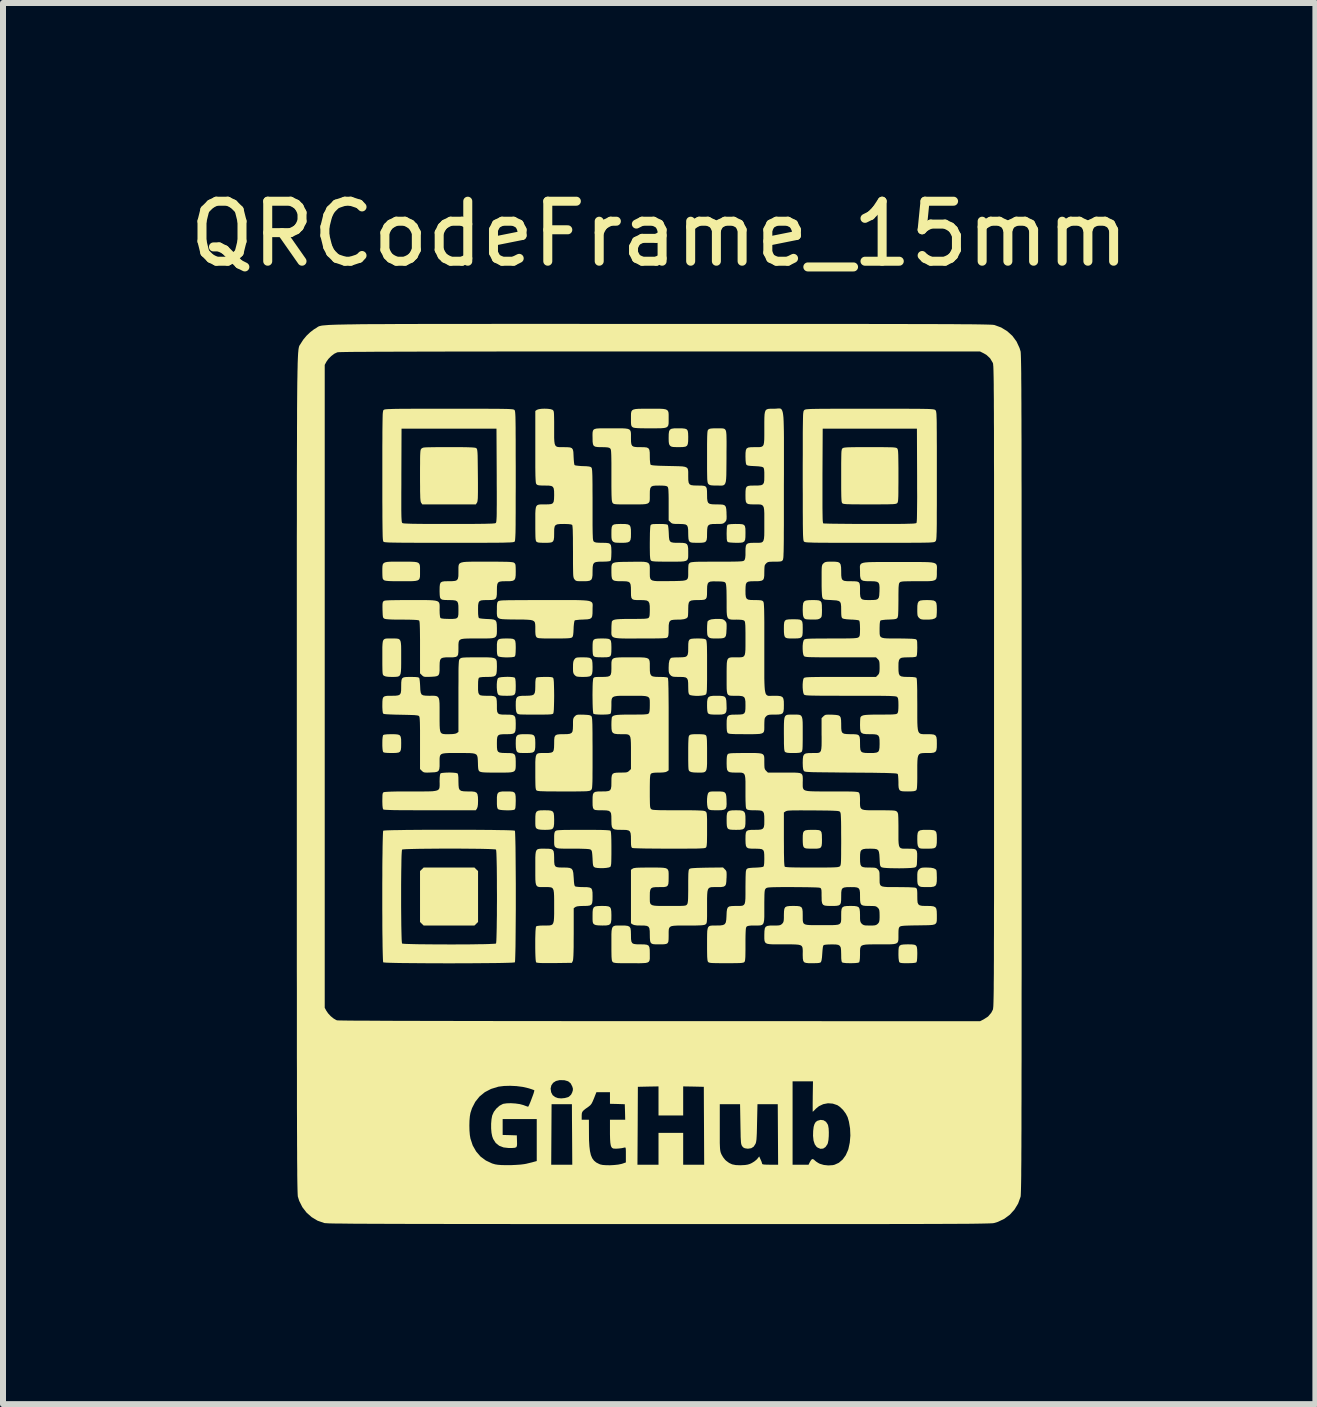
<source format=kicad_pcb>
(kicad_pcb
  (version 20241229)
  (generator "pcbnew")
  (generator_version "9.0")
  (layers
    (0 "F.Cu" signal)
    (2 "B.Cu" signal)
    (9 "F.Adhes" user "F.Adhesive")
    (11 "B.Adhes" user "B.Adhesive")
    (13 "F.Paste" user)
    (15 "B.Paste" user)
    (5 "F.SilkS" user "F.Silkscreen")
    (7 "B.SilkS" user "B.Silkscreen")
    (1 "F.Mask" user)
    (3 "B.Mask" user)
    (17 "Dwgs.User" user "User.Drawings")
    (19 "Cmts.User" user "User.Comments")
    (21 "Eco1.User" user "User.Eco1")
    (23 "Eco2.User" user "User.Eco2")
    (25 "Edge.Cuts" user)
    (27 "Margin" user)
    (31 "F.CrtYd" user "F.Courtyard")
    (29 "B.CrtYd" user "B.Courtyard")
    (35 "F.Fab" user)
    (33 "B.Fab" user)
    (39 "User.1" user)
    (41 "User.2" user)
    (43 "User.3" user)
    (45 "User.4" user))
  (footprint "QRCodeFrame_15mm"
    (layer "F.Cu")
    (at 7.935 9.848)
    (property "Reference" "QRCodeFrame_15mm" (at 0 -9 0) (layer "F.SilkS") (effects (font (size 1 1) (thickness 0.15))))
    (attr board_only exclude_from_pos_files exclude_from_bom)
    (fp_poly (pts (xy -3.049 1.588) (xy -3.019 1.617) (xy -3.019 2.041) (xy -3.019 2.465) (xy -3.049 2.495) (xy -3.079 2.524) (xy -3.503 2.524) (xy -3.926 2.524) (xy -3.956 2.495) (xy -3.986 2.465) (xy -3.986 2.041) (xy -3.986 1.617) (xy -3.956 1.588) (xy -3.926 1.558) (xy -3.503 1.558) (xy -3.079 1.558)) (stroke (width 0) (type solid)) (fill yes) (layer "F.SilkS"))
    (fp_poly (pts (xy 2.737 5.769) (xy 2.779 5.795) (xy 2.808 5.839) (xy 2.814 5.855) (xy 2.823 5.906) (xy 2.826 5.968) (xy 2.825 6.035) (xy 2.82 6.098) (xy 2.81 6.149) (xy 2.803 6.168) (xy 2.771 6.215) (xy 2.732 6.241) (xy 2.687 6.245) (xy 2.641 6.226) (xy 2.621 6.211) (xy 2.591 6.169) (xy 2.571 6.107) (xy 2.563 6.029) (xy 2.565 5.947) (xy 2.573 5.879) (xy 2.587 5.832) (xy 2.607 5.799) (xy 2.635 5.778) (xy 2.688 5.763)) (stroke (width 0) (type solid)) (fill yes) (layer "F.SilkS"))
    (fp_poly (pts (xy -0.891 -2.258) (xy -0.848 -2.253) (xy -0.82 -2.241) (xy -0.805 -2.218) (xy -0.799 -2.179) (xy -0.797 -2.121) (xy -0.797 -2.095) (xy -0.798 -2.034) (xy -0.802 -1.993) (xy -0.813 -1.966) (xy -0.836 -1.952) (xy -0.874 -1.946) (xy -0.93 -1.945) (xy -0.959 -1.945) (xy -1.017 -1.946) (xy -1.057 -1.949) (xy -1.081 -1.956) (xy -1.092 -1.964) (xy -1.102 -1.979) (xy -1.107 -2.005) (xy -1.11 -2.047) (xy -1.111 -2.102) (xy -1.11 -2.166) (xy -1.106 -2.209) (xy -1.093 -2.237) (xy -1.068 -2.251) (xy -1.028 -2.257) (xy -0.969 -2.259) (xy -0.954 -2.259)) (stroke (width 0) (type solid)) (fill yes) (layer "F.SilkS"))
    (fp_poly (pts (xy -4.397 -0.663) (xy -4.352 -0.658) (xy -4.324 -0.646) (xy -4.308 -0.621) (xy -4.301 -0.581) (xy -4.3 -0.522) (xy -4.3 -0.505) (xy -4.301 -0.443) (xy -4.306 -0.401) (xy -4.319 -0.373) (xy -4.344 -0.358) (xy -4.385 -0.352) (xy -4.445 -0.35) (xy -4.464 -0.35) (xy -4.53 -0.352) (xy -4.575 -0.356) (xy -4.598 -0.364) (xy -4.599 -0.365) (xy -4.606 -0.384) (xy -4.611 -0.42) (xy -4.614 -0.468) (xy -4.614 -0.521) (xy -4.613 -0.572) (xy -4.609 -0.615) (xy -4.603 -0.643) (xy -4.599 -0.65) (xy -4.579 -0.657) (xy -4.535 -0.662) (xy -4.472 -0.664) (xy -4.462 -0.664)) (stroke (width 0) (type solid)) (fill yes) (layer "F.SilkS"))
    (fp_poly (pts (xy -2.483 -2.258) (xy -2.441 -2.253) (xy -2.414 -2.241) (xy -2.399 -2.217) (xy -2.393 -2.177) (xy -2.391 -2.119) (xy -2.391 -2.097) (xy -2.393 -2.03) (xy -2.397 -1.984) (xy -2.405 -1.96) (xy -2.406 -1.959) (xy -2.426 -1.951) (xy -2.464 -1.946) (xy -2.513 -1.944) (xy -2.566 -1.944) (xy -2.616 -1.947) (xy -2.657 -1.953) (xy -2.683 -1.961) (xy -2.686 -1.964) (xy -2.696 -1.979) (xy -2.702 -2.006) (xy -2.705 -2.048) (xy -2.705 -2.101) (xy -2.705 -2.164) (xy -2.699 -2.208) (xy -2.686 -2.236) (xy -2.66 -2.251) (xy -2.619 -2.257) (xy -2.558 -2.259) (xy -2.545 -2.259)) (stroke (width 0) (type solid)) (fill yes) (layer "F.SilkS"))
    (fp_poly (pts (xy -2.483 0.291) (xy -2.441 0.295) (xy -2.414 0.308) (xy -2.399 0.332) (xy -2.393 0.371) (xy -2.391 0.43) (xy -2.391 0.451) (xy -2.393 0.518) (xy -2.397 0.564) (xy -2.405 0.588) (xy -2.406 0.589) (xy -2.426 0.598) (xy -2.464 0.603) (xy -2.513 0.605) (xy -2.566 0.604) (xy -2.616 0.601) (xy -2.657 0.596) (xy -2.683 0.587) (xy -2.686 0.585) (xy -2.696 0.569) (xy -2.702 0.543) (xy -2.705 0.501) (xy -2.705 0.448) (xy -2.705 0.384) (xy -2.699 0.34) (xy -2.686 0.313) (xy -2.66 0.298) (xy -2.619 0.291) (xy -2.558 0.29) (xy -2.545 0.29)) (stroke (width 0) (type solid)) (fill yes) (layer "F.SilkS"))
    (fp_poly (pts (xy 1.022 -1.303) (xy 1.066 -1.298) (xy 1.094 -1.286) (xy 1.11 -1.261) (xy 1.118 -1.223) (xy 1.121 -1.166) (xy 1.121 -1.16) (xy 1.123 -1.093) (xy 1.119 -1.047) (xy 1.106 -1.017) (xy 1.081 -1) (xy 1.04 -0.992) (xy 0.979 -0.99) (xy 0.961 -0.99) (xy 0.9 -0.991) (xy 0.858 -0.994) (xy 0.832 -1) (xy 0.817 -1.009) (xy 0.816 -1.009) (xy 0.807 -1.025) (xy 0.801 -1.053) (xy 0.798 -1.096) (xy 0.797 -1.142) (xy 0.798 -1.208) (xy 0.805 -1.252) (xy 0.82 -1.281) (xy 0.847 -1.296) (xy 0.891 -1.303) (xy 0.955 -1.304) (xy 0.958 -1.304)) (stroke (width 0) (type solid)) (fill yes) (layer "F.SilkS"))
    (fp_poly (pts (xy 2.62 0.931) (xy 2.663 0.935) (xy 2.69 0.948) (xy 2.704 0.972) (xy 2.71 1.012) (xy 2.711 1.071) (xy 2.712 1.087) (xy 2.711 1.151) (xy 2.706 1.195) (xy 2.694 1.222) (xy 2.67 1.237) (xy 2.631 1.243) (xy 2.572 1.244) (xy 2.555 1.244) (xy 2.497 1.243) (xy 2.458 1.241) (xy 2.433 1.236) (xy 2.418 1.228) (xy 2.411 1.222) (xy 2.401 1.205) (xy 2.395 1.179) (xy 2.392 1.137) (xy 2.391 1.085) (xy 2.392 1.023) (xy 2.397 0.98) (xy 2.411 0.953) (xy 2.436 0.938) (xy 2.476 0.932) (xy 2.536 0.93) (xy 2.557 0.93)) (stroke (width 0) (type solid)) (fill yes) (layer "F.SilkS"))
    (fp_poly (pts (xy -2.476 -1.618) (xy -2.435 -1.614) (xy -2.409 -1.606) (xy -2.406 -1.604) (xy -2.398 -1.583) (xy -2.393 -1.54) (xy -2.391 -1.476) (xy -2.391 -1.466) (xy -2.392 -1.401) (xy -2.397 -1.356) (xy -2.408 -1.328) (xy -2.432 -1.312) (xy -2.469 -1.306) (xy -2.526 -1.304) (xy -2.547 -1.304) (xy -2.604 -1.305) (xy -2.642 -1.308) (xy -2.666 -1.313) (xy -2.681 -1.322) (xy -2.685 -1.327) (xy -2.696 -1.351) (xy -2.703 -1.392) (xy -2.707 -1.442) (xy -2.707 -1.495) (xy -2.703 -1.544) (xy -2.695 -1.582) (xy -2.686 -1.599) (xy -2.666 -1.608) (xy -2.628 -1.615) (xy -2.579 -1.618) (xy -2.526 -1.62)) (stroke (width 0) (type solid)) (fill yes) (layer "F.SilkS"))
    (fp_poly (pts (xy -2.163 -0.663) (xy -2.118 -0.658) (xy -2.089 -0.644) (xy -2.074 -0.619) (xy -2.067 -0.578) (xy -2.065 -0.518) (xy -2.065 -0.507) (xy -2.066 -0.444) (xy -2.072 -0.401) (xy -2.086 -0.373) (xy -2.113 -0.358) (xy -2.155 -0.352) (xy -2.217 -0.35) (xy -2.228 -0.35) (xy -2.285 -0.351) (xy -2.323 -0.352) (xy -2.347 -0.357) (xy -2.361 -0.364) (xy -2.372 -0.376) (xy -2.373 -0.377) (xy -2.383 -0.402) (xy -2.389 -0.443) (xy -2.391 -0.504) (xy -2.391 -0.507) (xy -2.39 -0.57) (xy -2.385 -0.614) (xy -2.37 -0.641) (xy -2.344 -0.656) (xy -2.302 -0.663) (xy -2.239 -0.664) (xy -2.228 -0.664)) (stroke (width 0) (type solid)) (fill yes) (layer "F.SilkS"))
    (fp_poly (pts (xy -1.845 0.605) (xy -1.802 0.611) (xy -1.774 0.625) (xy -1.759 0.651) (xy -1.753 0.694) (xy -1.751 0.756) (xy -1.751 0.767) (xy -1.752 0.832) (xy -1.758 0.877) (xy -1.771 0.906) (xy -1.797 0.922) (xy -1.838 0.928) (xy -1.898 0.93) (xy -1.908 0.93) (xy -1.97 0.928) (xy -2.012 0.922) (xy -2.038 0.912) (xy -2.038 0.911) (xy -2.051 0.901) (xy -2.058 0.887) (xy -2.063 0.865) (xy -2.065 0.829) (xy -2.065 0.774) (xy -2.065 0.767) (xy -2.064 0.702) (xy -2.059 0.656) (xy -2.045 0.628) (xy -2.02 0.612) (xy -1.979 0.605) (xy -1.919 0.604) (xy -1.908 0.604)) (stroke (width 0) (type solid)) (fill yes) (layer "F.SilkS"))
    (fp_poly (pts (xy -0.891 2.199) (xy -0.848 2.205) (xy -0.82 2.219) (xy -0.805 2.246) (xy -0.799 2.288) (xy -0.797 2.35) (xy -0.797 2.361) (xy -0.798 2.427) (xy -0.804 2.472) (xy -0.817 2.5) (xy -0.843 2.516) (xy -0.884 2.523) (xy -0.943 2.524) (xy -0.954 2.524) (xy -1.016 2.522) (xy -1.057 2.517) (xy -1.083 2.506) (xy -1.084 2.505) (xy -1.096 2.495) (xy -1.104 2.481) (xy -1.109 2.459) (xy -1.111 2.423) (xy -1.111 2.368) (xy -1.111 2.361) (xy -1.11 2.296) (xy -1.105 2.251) (xy -1.091 2.222) (xy -1.066 2.206) (xy -1.025 2.2) (xy -0.965 2.198) (xy -0.954 2.198)) (stroke (width 0) (type solid)) (fill yes) (layer "F.SilkS"))
    (fp_poly (pts (xy -0.566 -4.166) (xy -0.522 -4.16) (xy -0.494 -4.146) (xy -0.479 -4.119) (xy -0.472 -4.076) (xy -0.471 -4.013) (xy -0.471 -4.007) (xy -0.472 -3.945) (xy -0.479 -3.902) (xy -0.495 -3.875) (xy -0.523 -3.861) (xy -0.568 -3.854) (xy -0.633 -3.853) (xy -0.634 -3.853) (xy -0.69 -3.854) (xy -0.727 -3.856) (xy -0.75 -3.862) (xy -0.767 -3.871) (xy -0.773 -3.877) (xy -0.785 -3.892) (xy -0.792 -3.912) (xy -0.796 -3.943) (xy -0.797 -3.99) (xy -0.797 -4.014) (xy -0.796 -4.075) (xy -0.791 -4.117) (xy -0.778 -4.144) (xy -0.753 -4.159) (xy -0.712 -4.165) (xy -0.652 -4.167) (xy -0.631 -4.167)) (stroke (width 0) (type solid)) (fill yes) (layer "F.SilkS"))
    (fp_poly (pts (xy 0.385 -5.76) (xy 0.43 -5.755) (xy 0.459 -5.743) (xy 0.475 -5.719) (xy 0.481 -5.681) (xy 0.483 -5.625) (xy 0.483 -5.609) (xy 0.482 -5.544) (xy 0.476 -5.499) (xy 0.463 -5.471) (xy 0.437 -5.455) (xy 0.395 -5.449) (xy 0.334 -5.447) (xy 0.325 -5.447) (xy 0.269 -5.448) (xy 0.231 -5.45) (xy 0.206 -5.455) (xy 0.189 -5.464) (xy 0.181 -5.471) (xy 0.169 -5.487) (xy 0.162 -5.508) (xy 0.158 -5.541) (xy 0.157 -5.59) (xy 0.157 -5.601) (xy 0.158 -5.666) (xy 0.164 -5.71) (xy 0.178 -5.738) (xy 0.204 -5.753) (xy 0.247 -5.76) (xy 0.309 -5.761) (xy 0.319 -5.761)) (stroke (width 0) (type solid)) (fill yes) (layer "F.SilkS"))
    (fp_poly (pts (xy 1.018 0.291) (xy 1.063 0.295) (xy 1.092 0.307) (xy 1.109 0.33) (xy 1.117 0.366) (xy 1.121 0.42) (xy 1.121 0.434) (xy 1.123 0.501) (xy 1.119 0.548) (xy 1.106 0.577) (xy 1.081 0.594) (xy 1.04 0.602) (xy 0.98 0.604) (xy 0.962 0.604) (xy 0.903 0.603) (xy 0.864 0.601) (xy 0.839 0.596) (xy 0.824 0.588) (xy 0.817 0.582) (xy 0.806 0.557) (xy 0.799 0.515) (xy 0.796 0.464) (xy 0.797 0.411) (xy 0.802 0.363) (xy 0.811 0.327) (xy 0.816 0.317) (xy 0.827 0.304) (xy 0.841 0.296) (xy 0.864 0.292) (xy 0.902 0.29) (xy 0.953 0.29)) (stroke (width 0) (type solid)) (fill yes) (layer "F.SilkS"))
    (fp_poly (pts (xy 1.341 -4.166) (xy 1.386 -4.162) (xy 1.414 -4.15) (xy 1.429 -4.127) (xy 1.436 -4.089) (xy 1.437 -4.032) (xy 1.437 -4.011) (xy 1.436 -3.947) (xy 1.431 -3.903) (xy 1.417 -3.875) (xy 1.391 -3.86) (xy 1.35 -3.854) (xy 1.288 -3.853) (xy 1.279 -3.853) (xy 1.227 -3.855) (xy 1.183 -3.858) (xy 1.152 -3.863) (xy 1.144 -3.866) (xy 1.135 -3.875) (xy 1.129 -3.891) (xy 1.125 -3.919) (xy 1.124 -3.963) (xy 1.123 -4.008) (xy 1.125 -4.078) (xy 1.129 -4.125) (xy 1.136 -4.15) (xy 1.138 -4.152) (xy 1.158 -4.16) (xy 1.202 -4.165) (xy 1.266 -4.167) (xy 1.276 -4.167)) (stroke (width 0) (type solid)) (fill yes) (layer "F.SilkS"))
    (fp_poly (pts (xy 1.345 0.605) (xy 1.388 0.612) (xy 1.415 0.628) (xy 1.43 0.656) (xy 1.436 0.701) (xy 1.437 0.766) (xy 1.437 0.767) (xy 1.436 0.832) (xy 1.43 0.878) (xy 1.415 0.906) (xy 1.388 0.922) (xy 1.344 0.929) (xy 1.281 0.93) (xy 1.276 0.93) (xy 1.221 0.929) (xy 1.184 0.926) (xy 1.161 0.92) (xy 1.146 0.911) (xy 1.143 0.908) (xy 1.134 0.892) (xy 1.127 0.867) (xy 1.124 0.827) (xy 1.123 0.769) (xy 1.123 0.764) (xy 1.124 0.699) (xy 1.13 0.655) (xy 1.144 0.627) (xy 1.171 0.612) (xy 1.214 0.605) (xy 1.277 0.604) (xy 1.283 0.604)) (stroke (width 0) (type solid)) (fill yes) (layer "F.SilkS"))
    (fp_poly (pts (xy 2.299 -2.578) (xy 2.342 -2.573) (xy 2.369 -2.56) (xy 2.384 -2.536) (xy 2.39 -2.495) (xy 2.391 -2.436) (xy 2.391 -2.415) (xy 2.39 -2.352) (xy 2.385 -2.308) (xy 2.371 -2.281) (xy 2.346 -2.266) (xy 2.304 -2.26) (xy 2.242 -2.259) (xy 2.232 -2.259) (xy 2.176 -2.259) (xy 2.139 -2.262) (xy 2.116 -2.268) (xy 2.101 -2.277) (xy 2.097 -2.281) (xy 2.088 -2.297) (xy 2.082 -2.322) (xy 2.078 -2.362) (xy 2.077 -2.42) (xy 2.077 -2.424) (xy 2.078 -2.487) (xy 2.083 -2.53) (xy 2.095 -2.556) (xy 2.118 -2.571) (xy 2.158 -2.577) (xy 2.216 -2.579) (xy 2.237 -2.579)) (stroke (width 0) (type solid)) (fill yes) (layer "F.SilkS"))
    (fp_poly (pts (xy 4.527 0.931) (xy 4.573 0.936) (xy 4.601 0.948) (xy 4.617 0.972) (xy 4.624 1.01) (xy 4.626 1.066) (xy 4.626 1.082) (xy 4.625 1.147) (xy 4.619 1.192) (xy 4.606 1.22) (xy 4.58 1.236) (xy 4.538 1.242) (xy 4.476 1.244) (xy 4.463 1.244) (xy 4.406 1.244) (xy 4.368 1.242) (xy 4.345 1.238) (xy 4.33 1.23) (xy 4.32 1.219) (xy 4.319 1.217) (xy 4.308 1.192) (xy 4.302 1.151) (xy 4.3 1.09) (xy 4.3 1.087) (xy 4.301 1.024) (xy 4.307 0.98) (xy 4.321 0.953) (xy 4.348 0.938) (xy 4.39 0.931) (xy 4.453 0.93) (xy 4.462 0.93)) (stroke (width 0) (type solid)) (fill yes) (layer "F.SilkS"))
    (fp_poly (pts (xy 2.617 -2.898) (xy 2.661 -2.893) (xy 2.689 -2.88) (xy 2.704 -2.856) (xy 2.71 -2.815) (xy 2.711 -2.756) (xy 2.712 -2.742) (xy 2.711 -2.685) (xy 2.709 -2.648) (xy 2.705 -2.624) (xy 2.697 -2.609) (xy 2.684 -2.597) (xy 2.683 -2.596) (xy 2.663 -2.584) (xy 2.637 -2.577) (xy 2.597 -2.574) (xy 2.556 -2.574) (xy 2.508 -2.575) (xy 2.468 -2.577) (xy 2.443 -2.58) (xy 2.44 -2.581) (xy 2.418 -2.593) (xy 2.404 -2.615) (xy 2.395 -2.649) (xy 2.392 -2.701) (xy 2.391 -2.738) (xy 2.393 -2.803) (xy 2.399 -2.848) (xy 2.415 -2.876) (xy 2.443 -2.891) (xy 2.487 -2.897) (xy 2.552 -2.899)) (stroke (width 0) (type solid)) (fill yes) (layer "F.SilkS"))
    (fp_poly (pts (xy 4.208 2.839) (xy 4.25 2.844) (xy 4.277 2.856) (xy 4.292 2.88) (xy 4.298 2.92) (xy 4.3 2.978) (xy 4.3 3) (xy 4.298 3.067) (xy 4.294 3.113) (xy 4.286 3.136) (xy 4.285 3.138) (xy 4.265 3.145) (xy 4.221 3.15) (xy 4.155 3.152) (xy 4.141 3.152) (xy 4.082 3.152) (xy 4.044 3.15) (xy 4.02 3.146) (xy 4.006 3.14) (xy 3.998 3.129) (xy 3.998 3.129) (xy 3.993 3.107) (xy 3.988 3.068) (xy 3.986 3.018) (xy 3.986 2.992) (xy 3.987 2.93) (xy 3.992 2.887) (xy 4.006 2.86) (xy 4.032 2.846) (xy 4.074 2.84) (xy 4.135 2.838) (xy 4.146 2.838)) (stroke (width 0) (type solid)) (fill yes) (layer "F.SilkS"))
    (fp_poly (pts (xy 4.528 -2.897) (xy 4.573 -2.891) (xy 4.602 -2.876) (xy 4.618 -2.849) (xy 4.624 -2.806) (xy 4.626 -2.743) (xy 4.626 -2.739) (xy 4.625 -2.688) (xy 4.622 -2.646) (xy 4.619 -2.619) (xy 4.617 -2.614) (xy 4.593 -2.593) (xy 4.552 -2.579) (xy 4.492 -2.573) (xy 4.457 -2.573) (xy 4.407 -2.573) (xy 4.374 -2.577) (xy 4.352 -2.584) (xy 4.335 -2.597) (xy 4.329 -2.602) (xy 4.315 -2.619) (xy 4.306 -2.637) (xy 4.302 -2.663) (xy 4.3 -2.703) (xy 4.3 -2.741) (xy 4.301 -2.804) (xy 4.308 -2.848) (xy 4.323 -2.876) (xy 4.351 -2.891) (xy 4.395 -2.897) (xy 4.46 -2.899) (xy 4.463 -2.899)) (stroke (width 0) (type solid)) (fill yes) (layer "F.SilkS"))
    (fp_poly (pts (xy -1.208 -1.943) (xy -1.163 -1.937) (xy -1.135 -1.922) (xy -1.119 -1.895) (xy -1.113 -1.851) (xy -1.111 -1.787) (xy -1.111 -1.782) (xy -1.112 -1.716) (xy -1.119 -1.671) (xy -1.134 -1.642) (xy -1.161 -1.627) (xy -1.204 -1.62) (xy -1.266 -1.618) (xy -1.269 -1.618) (xy -1.322 -1.619) (xy -1.357 -1.622) (xy -1.38 -1.627) (xy -1.397 -1.638) (xy -1.408 -1.648) (xy -1.422 -1.665) (xy -1.431 -1.684) (xy -1.436 -1.712) (xy -1.437 -1.755) (xy -1.437 -1.779) (xy -1.436 -1.833) (xy -1.432 -1.869) (xy -1.424 -1.894) (xy -1.412 -1.913) (xy -1.399 -1.928) (xy -1.385 -1.937) (xy -1.363 -1.942) (xy -1.329 -1.944) (xy -1.276 -1.945) (xy -1.273 -1.945)) (stroke (width 0) (type solid)) (fill yes) (layer "F.SilkS"))
    (fp_poly (pts (xy 4.527 1.561) (xy 4.576 1.571) (xy 4.607 1.588) (xy 4.617 1.599) (xy 4.621 1.616) (xy 4.624 1.652) (xy 4.625 1.699) (xy 4.626 1.724) (xy 4.625 1.788) (xy 4.618 1.833) (xy 4.603 1.861) (xy 4.575 1.876) (xy 4.531 1.883) (xy 4.467 1.884) (xy 4.463 1.884) (xy 4.407 1.883) (xy 4.37 1.881) (xy 4.346 1.875) (xy 4.33 1.866) (xy 4.324 1.86) (xy 4.312 1.845) (xy 4.305 1.824) (xy 4.301 1.792) (xy 4.3 1.744) (xy 4.3 1.727) (xy 4.3 1.674) (xy 4.303 1.639) (xy 4.309 1.616) (xy 4.319 1.599) (xy 4.329 1.588) (xy 4.347 1.573) (xy 4.367 1.564) (xy 4.395 1.559) (xy 4.439 1.558) (xy 4.457 1.558)) (stroke (width 0) (type solid)) (fill yes) (layer "F.SilkS"))
    (fp_poly (pts (xy 1.016 -2.584) (xy 1.049 -2.581) (xy 1.07 -2.573) (xy 1.088 -2.561) (xy 1.095 -2.554) (xy 1.109 -2.538) (xy 1.118 -2.522) (xy 1.122 -2.5) (xy 1.123 -2.465) (xy 1.122 -2.413) (xy 1.121 -2.408) (xy 1.118 -2.347) (xy 1.111 -2.306) (xy 1.097 -2.28) (xy 1.07 -2.266) (xy 1.028 -2.26) (xy 0.967 -2.259) (xy 0.958 -2.259) (xy 0.903 -2.259) (xy 0.866 -2.262) (xy 0.843 -2.268) (xy 0.827 -2.278) (xy 0.821 -2.283) (xy 0.81 -2.298) (xy 0.802 -2.318) (xy 0.799 -2.349) (xy 0.797 -2.397) (xy 0.797 -2.419) (xy 0.798 -2.469) (xy 0.801 -2.511) (xy 0.804 -2.538) (xy 0.806 -2.544) (xy 0.83 -2.565) (xy 0.871 -2.578) (xy 0.931 -2.584) (xy 0.966 -2.585)) (stroke (width 0) (type solid)) (fill yes) (layer "F.SilkS"))
    (fp_poly (pts (xy 2.318 -0.989) (xy 2.346 -0.984) (xy 2.365 -0.971) (xy 2.378 -0.949) (xy 2.386 -0.915) (xy 2.39 -0.865) (xy 2.391 -0.798) (xy 2.391 -0.711) (xy 2.391 -0.671) (xy 2.391 -0.579) (xy 2.39 -0.508) (xy 2.389 -0.456) (xy 2.387 -0.418) (xy 2.383 -0.394) (xy 2.378 -0.378) (xy 2.372 -0.369) (xy 2.357 -0.36) (xy 2.331 -0.354) (xy 2.289 -0.351) (xy 2.234 -0.35) (xy 2.175 -0.351) (xy 2.135 -0.354) (xy 2.11 -0.361) (xy 2.096 -0.369) (xy 2.09 -0.378) (xy 2.086 -0.394) (xy 2.082 -0.419) (xy 2.08 -0.457) (xy 2.078 -0.509) (xy 2.078 -0.581) (xy 2.077 -0.671) (xy 2.077 -0.767) (xy 2.078 -0.841) (xy 2.081 -0.897) (xy 2.087 -0.937) (xy 2.098 -0.964) (xy 2.115 -0.98) (xy 2.139 -0.988) (xy 2.172 -0.99) (xy 2.215 -0.99) (xy 2.234 -0.99) (xy 2.282 -0.991)) (stroke (width 0) (type solid)) (fill yes) (layer "F.SilkS"))
    (fp_poly (pts (xy -4.48 -2.259) (xy -4.453 -2.259) (xy -4.407 -2.259) (xy -4.371 -2.257) (xy -4.344 -2.252) (xy -4.325 -2.239) (xy -4.312 -2.217) (xy -4.305 -2.183) (xy -4.301 -2.134) (xy -4.3 -2.066) (xy -4.3 -1.979) (xy -4.3 -1.941) (xy -4.3 -1.844) (xy -4.301 -1.769) (xy -4.304 -1.713) (xy -4.31 -1.673) (xy -4.321 -1.646) (xy -4.338 -1.63) (xy -4.363 -1.622) (xy -4.396 -1.619) (xy -4.438 -1.618) (xy -4.454 -1.618) (xy -4.516 -1.62) (xy -4.558 -1.626) (xy -4.584 -1.636) (xy -4.587 -1.637) (xy -4.595 -1.644) (xy -4.602 -1.652) (xy -4.607 -1.665) (xy -4.61 -1.687) (xy -4.612 -1.719) (xy -4.613 -1.765) (xy -4.614 -1.828) (xy -4.614 -1.911) (xy -4.614 -1.945) (xy -4.614 -2.04) (xy -4.614 -2.114) (xy -4.611 -2.169) (xy -4.606 -2.208) (xy -4.596 -2.234) (xy -4.579 -2.249) (xy -4.556 -2.257) (xy -4.523 -2.259)) (stroke (width 0) (type solid)) (fill yes) (layer "F.SilkS"))
    (fp_poly (pts (xy -4.131 -3.538) (xy -4.076 -3.535) (xy -4.037 -3.529) (xy -4.011 -3.517) (xy -3.996 -3.499) (xy -3.988 -3.473) (xy -3.986 -3.437) (xy -3.986 -3.391) (xy -3.986 -3.376) (xy -3.986 -3.326) (xy -3.987 -3.288) (xy -3.993 -3.26) (xy -4.006 -3.239) (xy -4.028 -3.226) (xy -4.063 -3.218) (xy -4.113 -3.214) (xy -4.181 -3.213) (xy -4.27 -3.213) (xy -4.3 -3.213) (xy -4.389 -3.213) (xy -4.457 -3.214) (xy -4.507 -3.216) (xy -4.542 -3.219) (xy -4.566 -3.223) (xy -4.582 -3.228) (xy -4.587 -3.232) (xy -4.599 -3.242) (xy -4.607 -3.256) (xy -4.611 -3.278) (xy -4.613 -3.314) (xy -4.614 -3.369) (xy -4.614 -3.376) (xy -4.614 -3.425) (xy -4.612 -3.463) (xy -4.607 -3.492) (xy -4.594 -3.512) (xy -4.571 -3.526) (xy -4.536 -3.534) (xy -4.486 -3.538) (xy -4.418 -3.539) (xy -4.329 -3.539) (xy -4.3 -3.539) (xy -4.205 -3.539)) (stroke (width 0) (type solid)) (fill yes) (layer "F.SilkS"))
    (fp_poly (pts (xy 0.012 -6.087) (xy 0.067 -6.084) (xy 0.106 -6.077) (xy 0.132 -6.065) (xy 0.147 -6.047) (xy 0.155 -6.021) (xy 0.157 -5.986) (xy 0.157 -5.94) (xy 0.157 -5.924) (xy 0.157 -5.875) (xy 0.156 -5.837) (xy 0.15 -5.808) (xy 0.137 -5.788) (xy 0.115 -5.774) (xy 0.08 -5.766) (xy 0.029 -5.762) (xy -0.039 -5.761) (xy -0.127 -5.761) (xy -0.157 -5.761) (xy -0.246 -5.761) (xy -0.314 -5.762) (xy -0.364 -5.764) (xy -0.4 -5.767) (xy -0.424 -5.771) (xy -0.439 -5.777) (xy -0.444 -5.78) (xy -0.456 -5.79) (xy -0.464 -5.804) (xy -0.469 -5.827) (xy -0.471 -5.862) (xy -0.471 -5.917) (xy -0.471 -5.924) (xy -0.471 -5.974) (xy -0.47 -6.012) (xy -0.464 -6.041) (xy -0.451 -6.061) (xy -0.429 -6.074) (xy -0.394 -6.082) (xy -0.343 -6.086) (xy -0.275 -6.087) (xy -0.187 -6.087) (xy -0.157 -6.087) (xy -0.062 -6.087)) (stroke (width 0) (type solid)) (fill yes) (layer "F.SilkS"))
    (fp_poly (pts (xy 0.7 -0.663) (xy 0.74 -0.66) (xy 0.765 -0.654) (xy 0.778 -0.645) (xy 0.784 -0.636) (xy 0.789 -0.62) (xy 0.792 -0.595) (xy 0.795 -0.558) (xy 0.796 -0.505) (xy 0.797 -0.434) (xy 0.797 -0.344) (xy 0.797 -0.248) (xy 0.797 -0.173) (xy 0.794 -0.117) (xy 0.788 -0.077) (xy 0.777 -0.051) (xy 0.76 -0.035) (xy 0.736 -0.027) (xy 0.703 -0.024) (xy 0.66 -0.024) (xy 0.64 -0.024) (xy 0.579 -0.026) (xy 0.537 -0.032) (xy 0.511 -0.042) (xy 0.51 -0.043) (xy 0.501 -0.05) (xy 0.495 -0.058) (xy 0.49 -0.071) (xy 0.487 -0.093) (xy 0.485 -0.125) (xy 0.484 -0.172) (xy 0.483 -0.236) (xy 0.483 -0.32) (xy 0.483 -0.344) (xy 0.483 -0.436) (xy 0.484 -0.507) (xy 0.486 -0.559) (xy 0.488 -0.596) (xy 0.491 -0.621) (xy 0.496 -0.636) (xy 0.502 -0.645) (xy 0.517 -0.655) (xy 0.544 -0.661) (xy 0.586 -0.664) (xy 0.64 -0.664)) (stroke (width 0) (type solid)) (fill yes) (layer "F.SilkS"))
    (fp_poly (pts (xy -0.65 2.524) (xy -0.631 2.524) (xy -0.567 2.525) (xy -0.523 2.531) (xy -0.495 2.545) (xy -0.479 2.571) (xy -0.473 2.613) (xy -0.471 2.674) (xy -0.471 2.688) (xy -0.47 2.749) (xy -0.464 2.791) (xy -0.45 2.817) (xy -0.424 2.831) (xy -0.381 2.837) (xy -0.319 2.838) (xy -0.312 2.838) (xy -0.249 2.839) (xy -0.205 2.845) (xy -0.178 2.859) (xy -0.164 2.886) (xy -0.158 2.928) (xy -0.157 2.991) (xy -0.157 2.994) (xy -0.157 3.042) (xy -0.157 3.079) (xy -0.162 3.107) (xy -0.173 3.127) (xy -0.193 3.14) (xy -0.225 3.148) (xy -0.272 3.151) (xy -0.336 3.153) (xy -0.42 3.152) (xy -0.47 3.152) (xy -0.561 3.152) (xy -0.631 3.152) (xy -0.683 3.151) (xy -0.72 3.149) (xy -0.745 3.145) (xy -0.762 3.141) (xy -0.772 3.135) (xy -0.777 3.13) (xy -0.784 3.12) (xy -0.789 3.105) (xy -0.792 3.081) (xy -0.795 3.045) (xy -0.796 2.994) (xy -0.797 2.926) (xy -0.797 2.836) (xy -0.797 2.836) (xy -0.797 2.741) (xy -0.797 2.668) (xy -0.794 2.613) (xy -0.787 2.574) (xy -0.776 2.549) (xy -0.758 2.534) (xy -0.732 2.526) (xy -0.696 2.524)) (stroke (width 0) (type solid)) (fill yes) (layer "F.SilkS"))
    (fp_poly (pts (xy 1.02 -5.761) (xy 1.057 -5.759) (xy 1.079 -5.755) (xy 1.093 -5.747) (xy 1.103 -5.735) (xy 1.105 -5.732) (xy 1.11 -5.722) (xy 1.114 -5.707) (xy 1.117 -5.684) (xy 1.12 -5.651) (xy 1.121 -5.605) (xy 1.122 -5.545) (xy 1.122 -5.467) (xy 1.121 -5.369) (xy 1.121 -5.272) (xy 1.12 -5.154) (xy 1.119 -5.057) (xy 1.118 -4.98) (xy 1.115 -4.921) (xy 1.11 -4.876) (xy 1.101 -4.845) (xy 1.089 -4.825) (xy 1.073 -4.813) (xy 1.051 -4.807) (xy 1.022 -4.806) (xy 0.987 -4.807) (xy 0.958 -4.807) (xy 0.903 -4.808) (xy 0.866 -4.811) (xy 0.843 -4.816) (xy 0.827 -4.826) (xy 0.821 -4.831) (xy 0.815 -4.838) (xy 0.81 -4.848) (xy 0.806 -4.862) (xy 0.803 -4.882) (xy 0.8 -4.913) (xy 0.799 -4.955) (xy 0.798 -5.012) (xy 0.797 -5.085) (xy 0.797 -5.178) (xy 0.797 -5.288) (xy 0.797 -5.402) (xy 0.797 -5.495) (xy 0.798 -5.568) (xy 0.799 -5.624) (xy 0.801 -5.666) (xy 0.803 -5.696) (xy 0.806 -5.716) (xy 0.81 -5.729) (xy 0.815 -5.737) (xy 0.819 -5.741) (xy 0.835 -5.751) (xy 0.86 -5.757) (xy 0.9 -5.76) (xy 0.958 -5.761) (xy 0.964 -5.761)) (stroke (width 0) (type solid)) (fill yes) (layer "F.SilkS"))
    (fp_poly (pts (xy 0.067 -4.166) (xy 0.113 -4.162) (xy 0.138 -4.155) (xy 0.142 -4.152) (xy 0.148 -4.134) (xy 0.153 -4.098) (xy 0.157 -4.049) (xy 0.159 -4.012) (xy 0.162 -3.948) (xy 0.168 -3.904) (xy 0.181 -3.876) (xy 0.206 -3.861) (xy 0.246 -3.854) (xy 0.304 -3.853) (xy 0.328 -3.853) (xy 0.39 -3.852) (xy 0.433 -3.846) (xy 0.46 -3.832) (xy 0.475 -3.805) (xy 0.482 -3.763) (xy 0.483 -3.701) (xy 0.483 -3.689) (xy 0.483 -3.644) (xy 0.482 -3.609) (xy 0.476 -3.583) (xy 0.464 -3.564) (xy 0.442 -3.552) (xy 0.408 -3.544) (xy 0.359 -3.54) (xy 0.292 -3.539) (xy 0.205 -3.539) (xy 0.16 -3.539) (xy 0.069 -3.539) (xy -0.001 -3.54) (xy -0.053 -3.541) (xy -0.09 -3.544) (xy -0.114 -3.547) (xy -0.13 -3.552) (xy -0.138 -3.558) (xy -0.144 -3.567) (xy -0.149 -3.583) (xy -0.152 -3.609) (xy -0.155 -3.647) (xy -0.156 -3.701) (xy -0.157 -3.773) (xy -0.157 -3.848) (xy -0.156 -3.94) (xy -0.155 -4.018) (xy -0.152 -4.079) (xy -0.149 -4.122) (xy -0.145 -4.143) (xy -0.145 -4.144) (xy -0.137 -4.154) (xy -0.123 -4.161) (xy -0.1 -4.165) (xy -0.061 -4.166) (xy -0.003 -4.167) (xy -0.001 -4.167)) (stroke (width 0) (type solid)) (fill yes) (layer "F.SilkS"))
    (fp_poly (pts (xy -3.387 -5.447) (xy -3.292 -5.447) (xy -3.215 -5.446) (xy -3.157 -5.444) (xy -3.113 -5.442) (xy -3.082 -5.439) (xy -3.062 -5.436) (xy -3.051 -5.431) (xy -3.049 -5.43) (xy -3.043 -5.425) (xy -3.038 -5.416) (xy -3.034 -5.403) (xy -3.031 -5.382) (xy -3.028 -5.351) (xy -3.026 -5.307) (xy -3.025 -5.249) (xy -3.024 -5.173) (xy -3.023 -5.078) (xy -3.022 -4.982) (xy -3.021 -4.866) (xy -3.021 -4.772) (xy -3.021 -4.698) (xy -3.022 -4.64) (xy -3.023 -4.597) (xy -3.026 -4.566) (xy -3.029 -4.544) (xy -3.033 -4.53) (xy -3.037 -4.522) (xy -3.056 -4.493) (xy -3.502 -4.493) (xy -3.948 -4.493) (xy -3.967 -4.52) (xy -3.972 -4.53) (xy -3.976 -4.546) (xy -3.979 -4.569) (xy -3.982 -4.604) (xy -3.983 -4.651) (xy -3.985 -4.713) (xy -3.985 -4.793) (xy -3.986 -4.894) (xy -3.986 -4.973) (xy -3.986 -5.086) (xy -3.985 -5.177) (xy -3.985 -5.249) (xy -3.984 -5.304) (xy -3.982 -5.345) (xy -3.98 -5.374) (xy -3.977 -5.394) (xy -3.973 -5.408) (xy -3.967 -5.417) (xy -3.962 -5.423) (xy -3.954 -5.429) (xy -3.945 -5.434) (xy -3.931 -5.439) (xy -3.91 -5.442) (xy -3.88 -5.444) (xy -3.838 -5.445) (xy -3.781 -5.446) (xy -3.707 -5.447) (xy -3.615 -5.447) (xy -3.505 -5.447)) (stroke (width 0) (type solid)) (fill yes) (layer "F.SilkS"))
    (fp_poly (pts (xy -1.848 -1.618) (xy -1.809 -1.616) (xy -1.785 -1.612) (xy -1.772 -1.606) (xy -1.764 -1.595) (xy -1.764 -1.595) (xy -1.76 -1.575) (xy -1.756 -1.533) (xy -1.754 -1.473) (xy -1.752 -1.396) (xy -1.751 -1.306) (xy -1.751 -1.304) (xy -1.752 -1.214) (xy -1.754 -1.137) (xy -1.756 -1.076) (xy -1.76 -1.034) (xy -1.764 -1.014) (xy -1.764 -1.014) (xy -1.769 -1.006) (xy -1.778 -1.001) (xy -1.792 -0.997) (xy -1.817 -0.994) (xy -1.853 -0.992) (xy -1.905 -0.991) (xy -1.975 -0.99) (xy -2.065 -0.99) (xy -2.156 -0.99) (xy -2.226 -0.991) (xy -2.277 -0.992) (xy -2.314 -0.993) (xy -2.338 -0.996) (xy -2.354 -1.001) (xy -2.364 -1.006) (xy -2.37 -1.014) (xy -2.373 -1.017) (xy -2.383 -1.042) (xy -2.389 -1.081) (xy -2.391 -1.14) (xy -2.391 -1.15) (xy -2.39 -1.212) (xy -2.383 -1.255) (xy -2.368 -1.282) (xy -2.339 -1.297) (xy -2.294 -1.303) (xy -2.229 -1.304) (xy -2.228 -1.304) (xy -2.164 -1.306) (xy -2.119 -1.312) (xy -2.09 -1.326) (xy -2.074 -1.353) (xy -2.067 -1.396) (xy -2.065 -1.458) (xy -2.065 -1.471) (xy -2.064 -1.536) (xy -2.059 -1.58) (xy -2.052 -1.603) (xy -2.051 -1.604) (xy -2.03 -1.612) (xy -1.986 -1.616) (xy -1.921 -1.618) (xy -1.906 -1.618)) (stroke (width 0) (type solid)) (fill yes) (layer "F.SilkS"))
    (fp_poly (pts (xy -1.142 0.93) (xy -1.041 0.931) (xy -0.96 0.932) (xy -0.898 0.934) (xy -0.854 0.937) (xy -0.826 0.94) (xy -0.813 0.944) (xy -0.812 0.944) (xy -0.807 0.958) (xy -0.803 0.987) (xy -0.8 1.034) (xy -0.798 1.101) (xy -0.797 1.19) (xy -0.797 1.245) (xy -0.797 1.337) (xy -0.798 1.407) (xy -0.799 1.459) (xy -0.801 1.496) (xy -0.805 1.521) (xy -0.809 1.537) (xy -0.815 1.546) (xy -0.817 1.548) (xy -0.841 1.557) (xy -0.882 1.564) (xy -0.932 1.568) (xy -0.984 1.568) (xy -1.032 1.565) (xy -1.067 1.559) (xy -1.075 1.555) (xy -1.088 1.547) (xy -1.097 1.535) (xy -1.103 1.516) (xy -1.107 1.484) (xy -1.11 1.434) (xy -1.111 1.409) (xy -1.115 1.349) (xy -1.119 1.309) (xy -1.124 1.284) (xy -1.133 1.268) (xy -1.141 1.261) (xy -1.153 1.255) (xy -1.176 1.251) (xy -1.21 1.248) (xy -1.26 1.246) (xy -1.328 1.244) (xy -1.416 1.244) (xy -1.438 1.244) (xy -1.533 1.244) (xy -1.607 1.243) (xy -1.662 1.241) (xy -1.701 1.235) (xy -1.726 1.223) (xy -1.742 1.206) (xy -1.749 1.181) (xy -1.751 1.147) (xy -1.751 1.103) (xy -1.751 1.085) (xy -1.751 1.029) (xy -1.748 0.992) (xy -1.742 0.968) (xy -1.733 0.953) (xy -1.729 0.95) (xy -1.721 0.945) (xy -1.709 0.94) (xy -1.69 0.937) (xy -1.661 0.935) (xy -1.621 0.933) (xy -1.567 0.931) (xy -1.496 0.931) (xy -1.406 0.93) (xy -1.295 0.93) (xy -1.267 0.93)) (stroke (width 0) (type solid)) (fill yes) (layer "F.SilkS"))
    (fp_poly (pts (xy 0.7 -2.258) (xy 0.74 -2.254) (xy 0.765 -2.248) (xy 0.778 -2.24) (xy 0.783 -2.232) (xy 0.787 -2.219) (xy 0.79 -2.198) (xy 0.793 -2.167) (xy 0.795 -2.124) (xy 0.796 -2.066) (xy 0.797 -1.99) (xy 0.797 -1.895) (xy 0.797 -1.783) (xy 0.797 -1.668) (xy 0.797 -1.575) (xy 0.796 -1.501) (xy 0.795 -1.444) (xy 0.794 -1.402) (xy 0.791 -1.371) (xy 0.788 -1.351) (xy 0.784 -1.337) (xy 0.779 -1.329) (xy 0.775 -1.324) (xy 0.751 -1.314) (xy 0.71 -1.307) (xy 0.66 -1.303) (xy 0.606 -1.303) (xy 0.558 -1.307) (xy 0.52 -1.314) (xy 0.502 -1.323) (xy 0.492 -1.34) (xy 0.486 -1.368) (xy 0.484 -1.412) (xy 0.483 -1.454) (xy 0.482 -1.519) (xy 0.477 -1.565) (xy 0.463 -1.594) (xy 0.439 -1.61) (xy 0.399 -1.617) (xy 0.342 -1.618) (xy 0.331 -1.618) (xy 0.277 -1.619) (xy 0.24 -1.621) (xy 0.217 -1.627) (xy 0.2 -1.636) (xy 0.187 -1.648) (xy 0.172 -1.666) (xy 0.163 -1.685) (xy 0.158 -1.714) (xy 0.157 -1.758) (xy 0.157 -1.776) (xy 0.16 -1.845) (xy 0.17 -1.895) (xy 0.187 -1.926) (xy 0.198 -1.935) (xy 0.215 -1.939) (xy 0.251 -1.942) (xy 0.298 -1.944) (xy 0.328 -1.944) (xy 0.39 -1.946) (xy 0.433 -1.951) (xy 0.46 -1.966) (xy 0.475 -1.992) (xy 0.482 -2.034) (xy 0.483 -2.096) (xy 0.483 -2.109) (xy 0.484 -2.17) (xy 0.489 -2.212) (xy 0.502 -2.238) (xy 0.527 -2.252) (xy 0.568 -2.257) (xy 0.629 -2.259) (xy 0.64 -2.259)) (stroke (width 0) (type solid)) (fill yes) (layer "F.SilkS"))
    (fp_poly (pts (xy -3.438 -0.023) (xy -3.395 -0.019) (xy -3.367 -0.013) (xy -3.36 -0.01) (xy -3.352 0.011) (xy -3.347 0.054) (xy -3.346 0.116) (xy -3.346 0.123) (xy -3.344 0.189) (xy -3.339 0.235) (xy -3.324 0.265) (xy -3.298 0.281) (xy -3.256 0.288) (xy -3.195 0.29) (xy -3.183 0.29) (xy -3.117 0.291) (xy -3.072 0.297) (xy -3.043 0.312) (xy -3.028 0.339) (xy -3.021 0.382) (xy -3.019 0.444) (xy -3.019 0.444) (xy -3.021 0.506) (xy -3.027 0.548) (xy -3.037 0.574) (xy -3.038 0.577) (xy -3.057 0.604) (xy -3.821 0.604) (xy -3.986 0.604) (xy -4.127 0.603) (xy -4.248 0.603) (xy -4.348 0.602) (xy -4.429 0.601) (xy -4.493 0.599) (xy -4.541 0.597) (xy -4.573 0.595) (xy -4.593 0.592) (xy -4.599 0.589) (xy -4.607 0.569) (xy -4.612 0.525) (xy -4.614 0.459) (xy -4.614 0.445) (xy -4.613 0.387) (xy -4.612 0.348) (xy -4.608 0.324) (xy -4.601 0.31) (xy -4.591 0.302) (xy -4.59 0.302) (xy -4.571 0.299) (xy -4.529 0.296) (xy -4.465 0.293) (xy -4.38 0.291) (xy -4.275 0.29) (xy -4.152 0.29) (xy -4.138 0.29) (xy -4.017 0.29) (xy -3.919 0.29) (xy -3.84 0.289) (xy -3.779 0.287) (xy -3.734 0.281) (xy -3.701 0.273) (xy -3.68 0.261) (xy -3.667 0.244) (xy -3.661 0.221) (xy -3.659 0.192) (xy -3.659 0.156) (xy -3.66 0.123) (xy -3.658 0.059) (xy -3.653 0.014) (xy -3.646 -0.009) (xy -3.645 -0.01) (xy -3.626 -0.017) (xy -3.59 -0.021) (xy -3.542 -0.024) (xy -3.489 -0.025)) (stroke (width 0) (type solid)) (fill yes) (layer "F.SilkS"))
    (fp_poly (pts (xy 3.625 -5.447) (xy 3.718 -5.447) (xy 3.791 -5.446) (xy 3.848 -5.445) (xy 3.89 -5.444) (xy 3.92 -5.441) (xy 3.94 -5.438) (xy 3.953 -5.434) (xy 3.962 -5.429) (xy 3.966 -5.425) (xy 3.971 -5.417) (xy 3.975 -5.405) (xy 3.979 -5.385) (xy 3.981 -5.357) (xy 3.983 -5.316) (xy 3.984 -5.262) (xy 3.985 -5.19) (xy 3.986 -5.1) (xy 3.986 -4.989) (xy 3.986 -4.968) (xy 3.986 -4.854) (xy 3.985 -4.761) (xy 3.985 -4.688) (xy 3.984 -4.631) (xy 3.982 -4.589) (xy 3.98 -4.559) (xy 3.977 -4.539) (xy 3.973 -4.526) (xy 3.968 -4.517) (xy 3.964 -4.513) (xy 3.956 -4.508) (xy 3.943 -4.503) (xy 3.924 -4.5) (xy 3.895 -4.497) (xy 3.855 -4.496) (xy 3.8 -4.494) (xy 3.729 -4.494) (xy 3.639 -4.493) (xy 3.528 -4.493) (xy 3.506 -4.493) (xy 3.39 -4.493) (xy 3.296 -4.494) (xy 3.221 -4.494) (xy 3.164 -4.496) (xy 3.121 -4.497) (xy 3.09 -4.5) (xy 3.07 -4.503) (xy 3.058 -4.507) (xy 3.051 -4.512) (xy 3.046 -4.519) (xy 3.041 -4.532) (xy 3.038 -4.553) (xy 3.036 -4.584) (xy 3.034 -4.628) (xy 3.033 -4.686) (xy 3.032 -4.761) (xy 3.032 -4.856) (xy 3.032 -4.969) (xy 3.032 -5.084) (xy 3.032 -5.177) (xy 3.033 -5.251) (xy 3.034 -5.308) (xy 3.035 -5.35) (xy 3.037 -5.38) (xy 3.041 -5.401) (xy 3.044 -5.414) (xy 3.049 -5.423) (xy 3.054 -5.427) (xy 3.062 -5.432) (xy 3.074 -5.437) (xy 3.093 -5.44) (xy 3.122 -5.443) (xy 3.163 -5.445) (xy 3.217 -5.446) (xy 3.288 -5.447) (xy 3.379 -5.447) (xy 3.49 -5.447) (xy 3.511 -5.447)) (stroke (width 0) (type solid)) (fill yes) (layer "F.SilkS"))
    (fp_poly (pts (xy -1.402 -2.899) (xy -1.322 -2.897) (xy -1.258 -2.894) (xy -1.208 -2.89) (xy -1.171 -2.884) (xy -1.144 -2.875) (xy -1.126 -2.864) (xy -1.115 -2.85) (xy -1.11 -2.832) (xy -1.109 -2.811) (xy -1.11 -2.786) (xy -1.111 -2.756) (xy -1.111 -2.738) (xy -1.112 -2.674) (xy -1.117 -2.63) (xy -1.13 -2.602) (xy -1.155 -2.586) (xy -1.195 -2.578) (xy -1.255 -2.575) (xy -1.27 -2.574) (xy -1.324 -2.572) (xy -1.369 -2.567) (xy -1.399 -2.563) (xy -1.409 -2.559) (xy -1.415 -2.542) (xy -1.421 -2.505) (xy -1.426 -2.453) (xy -1.427 -2.42) (xy -1.43 -2.361) (xy -1.434 -2.322) (xy -1.439 -2.297) (xy -1.448 -2.282) (xy -1.455 -2.275) (xy -1.468 -2.27) (xy -1.491 -2.265) (xy -1.526 -2.262) (xy -1.577 -2.26) (xy -1.646 -2.259) (xy -1.737 -2.259) (xy -1.752 -2.259) (xy -1.841 -2.259) (xy -1.908 -2.259) (xy -1.958 -2.261) (xy -1.994 -2.263) (xy -2.017 -2.266) (xy -2.032 -2.271) (xy -2.042 -2.277) (xy -2.045 -2.281) (xy -2.056 -2.298) (xy -2.062 -2.326) (xy -2.065 -2.369) (xy -2.065 -2.412) (xy -2.065 -2.46) (xy -2.067 -2.497) (xy -2.072 -2.525) (xy -2.085 -2.545) (xy -2.107 -2.558) (xy -2.141 -2.567) (xy -2.19 -2.571) (xy -2.257 -2.574) (xy -2.344 -2.575) (xy -2.389 -2.575) (xy -2.485 -2.576) (xy -2.559 -2.578) (xy -2.615 -2.581) (xy -2.654 -2.587) (xy -2.68 -2.599) (xy -2.696 -2.616) (xy -2.703 -2.641) (xy -2.706 -2.675) (xy -2.706 -2.719) (xy -2.705 -2.742) (xy -2.705 -2.799) (xy -2.702 -2.836) (xy -2.697 -2.86) (xy -2.687 -2.875) (xy -2.683 -2.879) (xy -2.677 -2.883) (xy -2.667 -2.886) (xy -2.652 -2.889) (xy -2.628 -2.892) (xy -2.596 -2.894) (xy -2.553 -2.895) (xy -2.497 -2.897) (xy -2.426 -2.897) (xy -2.339 -2.898) (xy -2.234 -2.898) (xy -2.109 -2.899) (xy -1.962 -2.899) (xy -1.91 -2.899) (xy -1.751 -2.899) (xy -1.614 -2.899) (xy -1.499 -2.899)) (stroke (width 0) (type solid)) (fill yes) (layer "F.SilkS"))
    (fp_poly (pts (xy -1.265 -0.989) (xy -1.261 -0.989) (xy -1.205 -0.986) (xy -1.168 -0.982) (xy -1.146 -0.975) (xy -1.132 -0.965) (xy -1.128 -0.961) (xy -1.124 -0.952) (xy -1.121 -0.936) (xy -1.118 -0.911) (xy -1.116 -0.874) (xy -1.114 -0.825) (xy -1.113 -0.761) (xy -1.112 -0.68) (xy -1.112 -0.58) (xy -1.111 -0.46) (xy -1.111 -0.348) (xy -1.111 -0.213) (xy -1.111 -0.101) (xy -1.112 -0.008) (xy -1.112 0.066) (xy -1.113 0.125) (xy -1.115 0.17) (xy -1.117 0.203) (xy -1.119 0.227) (xy -1.122 0.243) (xy -1.126 0.254) (xy -1.131 0.261) (xy -1.135 0.266) (xy -1.143 0.272) (xy -1.152 0.277) (xy -1.166 0.281) (xy -1.187 0.284) (xy -1.217 0.287) (xy -1.259 0.288) (xy -1.316 0.289) (xy -1.389 0.29) (xy -1.482 0.29) (xy -1.593 0.29) (xy -1.709 0.29) (xy -1.803 0.289) (xy -1.877 0.289) (xy -1.934 0.287) (xy -1.977 0.286) (xy -2.007 0.283) (xy -2.027 0.28) (xy -2.04 0.276) (xy -2.046 0.271) (xy -2.053 0.262) (xy -2.057 0.246) (xy -2.061 0.221) (xy -2.063 0.183) (xy -2.064 0.13) (xy -2.065 0.059) (xy -2.065 -0.029) (xy -2.065 -0.126) (xy -2.065 -0.201) (xy -2.062 -0.257) (xy -2.056 -0.297) (xy -2.046 -0.324) (xy -2.029 -0.34) (xy -2.005 -0.348) (xy -1.973 -0.35) (xy -1.93 -0.35) (xy -1.906 -0.35) (xy -1.843 -0.351) (xy -1.8 -0.357) (xy -1.773 -0.37) (xy -1.759 -0.396) (xy -1.753 -0.438) (xy -1.751 -0.5) (xy -1.751 -0.509) (xy -1.75 -0.573) (xy -1.745 -0.616) (xy -1.73 -0.643) (xy -1.704 -0.657) (xy -1.661 -0.663) (xy -1.599 -0.664) (xy -1.534 -0.665) (xy -1.489 -0.671) (xy -1.461 -0.685) (xy -1.445 -0.71) (xy -1.439 -0.751) (xy -1.437 -0.811) (xy -1.437 -0.816) (xy -1.437 -0.871) (xy -1.435 -0.907) (xy -1.429 -0.93) (xy -1.42 -0.947) (xy -1.406 -0.962) (xy -1.391 -0.976) (xy -1.375 -0.985) (xy -1.352 -0.989) (xy -1.318 -0.99)) (stroke (width 0) (type solid)) (fill yes) (layer "F.SilkS"))
    (fp_poly (pts (xy -1.906 1.244) (xy -1.844 1.245) (xy -1.801 1.25) (xy -1.774 1.264) (xy -1.759 1.29) (xy -1.753 1.332) (xy -1.751 1.393) (xy -1.751 1.404) (xy -1.75 1.467) (xy -1.745 1.51) (xy -1.732 1.537) (xy -1.707 1.551) (xy -1.667 1.557) (xy -1.607 1.558) (xy -1.601 1.558) (xy -1.536 1.559) (xy -1.49 1.565) (xy -1.46 1.579) (xy -1.442 1.605) (xy -1.432 1.647) (xy -1.427 1.708) (xy -1.425 1.732) (xy -1.421 1.795) (xy -1.416 1.837) (xy -1.409 1.862) (xy -1.401 1.872) (xy -1.382 1.877) (xy -1.344 1.881) (xy -1.296 1.884) (xy -1.267 1.884) (xy -1.204 1.885) (xy -1.161 1.891) (xy -1.133 1.904) (xy -1.119 1.93) (xy -1.112 1.972) (xy -1.111 2.034) (xy -1.111 2.043) (xy -1.112 2.107) (xy -1.118 2.15) (xy -1.132 2.177) (xy -1.159 2.191) (xy -1.201 2.197) (xy -1.263 2.198) (xy -1.325 2.2) (xy -1.368 2.205) (xy -1.394 2.214) (xy -1.398 2.217) (xy -1.425 2.236) (xy -1.425 2.661) (xy -1.426 2.783) (xy -1.426 2.883) (xy -1.428 2.963) (xy -1.43 3.024) (xy -1.433 3.069) (xy -1.436 3.098) (xy -1.44 3.115) (xy -1.441 3.116) (xy -1.456 3.146) (xy -1.746 3.15) (xy -1.845 3.15) (xy -1.922 3.15) (xy -1.979 3.149) (xy -2.018 3.146) (xy -2.042 3.142) (xy -2.051 3.138) (xy -2.056 3.121) (xy -2.06 3.085) (xy -2.063 3.032) (xy -2.065 2.968) (xy -2.066 2.896) (xy -2.066 2.822) (xy -2.066 2.748) (xy -2.064 2.679) (xy -2.062 2.62) (xy -2.058 2.574) (xy -2.054 2.545) (xy -2.051 2.539) (xy -2.03 2.531) (xy -1.987 2.526) (xy -1.925 2.524) (xy -1.918 2.524) (xy -1.868 2.524) (xy -1.829 2.523) (xy -1.8 2.517) (xy -1.779 2.505) (xy -1.766 2.483) (xy -1.757 2.448) (xy -1.753 2.399) (xy -1.751 2.332) (xy -1.751 2.244) (xy -1.751 2.2) (xy -1.751 2.105) (xy -1.752 2.03) (xy -1.755 1.975) (xy -1.761 1.936) (xy -1.772 1.91) (xy -1.789 1.894) (xy -1.813 1.887) (xy -1.847 1.884) (xy -1.891 1.884) (xy -1.91 1.884) (xy -1.957 1.884) (xy -1.993 1.883) (xy -2.02 1.878) (xy -2.039 1.866) (xy -2.052 1.844) (xy -2.06 1.81) (xy -2.064 1.761) (xy -2.065 1.695) (xy -2.065 1.608) (xy -2.065 1.562) (xy -2.065 1.466) (xy -2.065 1.392) (xy -2.062 1.336) (xy -2.056 1.296) (xy -2.045 1.27) (xy -2.028 1.254) (xy -2.004 1.247) (xy -1.971 1.244) (xy -1.927 1.244)) (stroke (width 0) (type solid)) (fill yes) (layer "F.SilkS"))
    (fp_poly (pts (xy 1.094 1.588) (xy 1.109 1.604) (xy 1.118 1.62) (xy 1.122 1.642) (xy 1.123 1.676) (xy 1.122 1.728) (xy 1.121 1.735) (xy 1.118 1.795) (xy 1.112 1.836) (xy 1.098 1.862) (xy 1.072 1.877) (xy 1.031 1.883) (xy 0.971 1.884) (xy 0.953 1.884) (xy 0.906 1.884) (xy 0.87 1.885) (xy 0.843 1.891) (xy 0.824 1.904) (xy 0.811 1.926) (xy 0.803 1.96) (xy 0.799 2.009) (xy 0.797 2.076) (xy 0.797 2.163) (xy 0.797 2.212) (xy 0.797 2.301) (xy 0.797 2.368) (xy 0.796 2.417) (xy 0.794 2.452) (xy 0.791 2.474) (xy 0.786 2.489) (xy 0.78 2.498) (xy 0.771 2.505) (xy 0.77 2.505) (xy 0.758 2.512) (xy 0.739 2.516) (xy 0.709 2.52) (xy 0.667 2.522) (xy 0.609 2.524) (xy 0.532 2.524) (xy 0.469 2.524) (xy 0.374 2.524) (xy 0.301 2.525) (xy 0.246 2.528) (xy 0.207 2.534) (xy 0.182 2.546) (xy 0.166 2.565) (xy 0.159 2.592) (xy 0.157 2.629) (xy 0.157 2.677) (xy 0.157 2.696) (xy 0.156 2.753) (xy 0.152 2.793) (xy 0.14 2.818) (xy 0.117 2.831) (xy 0.078 2.837) (xy 0.02 2.838) (xy -0.003 2.838) (xy -0.059 2.838) (xy -0.096 2.835) (xy -0.119 2.829) (xy -0.134 2.819) (xy -0.137 2.816) (xy -0.147 2.8) (xy -0.153 2.773) (xy -0.156 2.731) (xy -0.157 2.679) (xy -0.158 2.616) (xy -0.164 2.572) (xy -0.178 2.546) (xy -0.204 2.531) (xy -0.247 2.525) (xy -0.309 2.524) (xy -0.371 2.523) (xy -0.413 2.517) (xy -0.44 2.508) (xy -0.444 2.505) (xy -0.471 2.487) (xy -0.471 2.041) (xy -0.471 1.596) (xy -0.444 1.577) (xy -0.431 1.57) (xy -0.412 1.566) (xy -0.382 1.562) (xy -0.338 1.56) (xy -0.279 1.559) (xy -0.2 1.558) (xy -0.157 1.558) (xy -0.062 1.558) (xy 0.012 1.559) (xy 0.067 1.562) (xy 0.106 1.568) (xy 0.132 1.58) (xy 0.147 1.598) (xy 0.155 1.624) (xy 0.157 1.66) (xy 0.157 1.706) (xy 0.157 1.721) (xy 0.156 1.786) (xy 0.152 1.831) (xy 0.14 1.86) (xy 0.118 1.876) (xy 0.081 1.883) (xy 0.025 1.884) (xy 0.001 1.884) (xy -0.063 1.885) (xy -0.107 1.89) (xy -0.134 1.904) (xy -0.149 1.93) (xy -0.156 1.971) (xy -0.157 2.033) (xy -0.157 2.043) (xy -0.157 2.09) (xy -0.156 2.126) (xy -0.151 2.153) (xy -0.138 2.172) (xy -0.117 2.185) (xy -0.083 2.193) (xy -0.034 2.197) (xy 0.032 2.198) (xy 0.118 2.198) (xy 0.166 2.198) (xy 0.255 2.198) (xy 0.323 2.198) (xy 0.374 2.197) (xy 0.409 2.195) (xy 0.432 2.192) (xy 0.447 2.187) (xy 0.456 2.181) (xy 0.463 2.173) (xy 0.464 2.171) (xy 0.471 2.159) (xy 0.475 2.14) (xy 0.479 2.11) (xy 0.481 2.068) (xy 0.482 2.01) (xy 0.483 1.933) (xy 0.483 1.871) (xy 0.483 1.781) (xy 0.484 1.713) (xy 0.485 1.663) (xy 0.488 1.627) (xy 0.491 1.604) (xy 0.496 1.59) (xy 0.502 1.581) (xy 0.503 1.581) (xy 0.516 1.575) (xy 0.54 1.57) (xy 0.579 1.567) (xy 0.635 1.564) (xy 0.71 1.562) (xy 0.793 1.56) (xy 1.063 1.557)) (stroke (width 0) (type solid)) (fill yes) (layer "F.SilkS"))
    (fp_poly (pts (xy -3.315 -6.087) (xy -3.153 -6.087) (xy -3.011 -6.087) (xy -2.889 -6.087) (xy -2.785 -6.086) (xy -2.698 -6.086) (xy -2.626 -6.085) (xy -2.568 -6.084) (xy -2.522 -6.083) (xy -2.486 -6.081) (xy -2.459 -6.079) (xy -2.44 -6.077) (xy -2.427 -6.074) (xy -2.419 -6.071) (xy -2.414 -6.067) (xy -2.411 -6.065) (xy -2.408 -6.06) (xy -2.405 -6.051) (xy -2.402 -6.037) (xy -2.4 -6.017) (xy -2.398 -5.989) (xy -2.396 -5.951) (xy -2.395 -5.903) (xy -2.394 -5.842) (xy -2.393 -5.767) (xy -2.393 -5.677) (xy -2.392 -5.569) (xy -2.392 -5.444) (xy -2.392 -5.298) (xy -2.391 -5.132) (xy -2.391 -4.967) (xy -2.391 -4.78) (xy -2.392 -4.615) (xy -2.392 -4.472) (xy -2.392 -4.348) (xy -2.393 -4.243) (xy -2.393 -4.154) (xy -2.394 -4.081) (xy -2.395 -4.022) (xy -2.397 -3.975) (xy -2.399 -3.939) (xy -2.401 -3.912) (xy -2.403 -3.893) (xy -2.406 -3.881) (xy -2.409 -3.874) (xy -2.41 -3.872) (xy -2.416 -3.869) (xy -2.425 -3.866) (xy -2.44 -3.863) (xy -2.463 -3.861) (xy -2.494 -3.859) (xy -2.535 -3.858) (xy -2.588 -3.856) (xy -2.655 -3.855) (xy -2.736 -3.854) (xy -2.832 -3.854) (xy -2.947 -3.853) (xy -3.08 -3.853) (xy -3.234 -3.853) (xy -3.41 -3.853) (xy -3.503 -3.853) (xy -3.69 -3.853) (xy -3.854 -3.853) (xy -3.997 -3.853) (xy -4.12 -3.854) (xy -4.226 -3.854) (xy -4.314 -3.855) (xy -4.387 -3.856) (xy -4.446 -3.857) (xy -4.493 -3.858) (xy -4.529 -3.86) (xy -4.555 -3.862) (xy -4.574 -3.864) (xy -4.586 -3.867) (xy -4.593 -3.87) (xy -4.595 -3.872) (xy -4.598 -3.877) (xy -4.601 -3.886) (xy -4.604 -3.902) (xy -4.606 -3.924) (xy -4.608 -3.955) (xy -4.609 -3.997) (xy -4.61 -4.05) (xy -4.611 -4.116) (xy -4.612 -4.196) (xy -4.613 -4.293) (xy -4.613 -4.407) (xy -4.614 -4.541) (xy -4.614 -4.571) (xy -4.298 -4.571) (xy -4.298 -4.476) (xy -4.298 -4.398) (xy -4.297 -4.336) (xy -4.296 -4.287) (xy -4.294 -4.25) (xy -4.292 -4.223) (xy -4.29 -4.204) (xy -4.287 -4.193) (xy -4.283 -4.185) (xy -4.279 -4.182) (xy -4.27 -4.179) (xy -4.249 -4.176) (xy -4.217 -4.174) (xy -4.17 -4.172) (xy -4.109 -4.17) (xy -4.03 -4.169) (xy -3.934 -4.168) (xy -3.818 -4.167) (xy -3.681 -4.167) (xy -3.521 -4.167) (xy -3.503 -4.167) (xy -3.34 -4.167) (xy -3.201 -4.167) (xy -3.083 -4.168) (xy -2.984 -4.169) (xy -2.904 -4.17) (xy -2.841 -4.172) (xy -2.793 -4.173) (xy -2.759 -4.176) (xy -2.737 -4.178) (xy -2.726 -4.182) (xy -2.726 -4.182) (xy -2.722 -4.186) (xy -2.718 -4.194) (xy -2.715 -4.207) (xy -2.713 -4.227) (xy -2.711 -4.255) (xy -2.709 -4.294) (xy -2.708 -4.345) (xy -2.708 -4.41) (xy -2.707 -4.49) (xy -2.707 -4.588) (xy -2.707 -4.706) (xy -2.708 -4.844) (xy -2.708 -4.976) (xy -2.712 -5.755) (xy -3.503 -5.755) (xy -4.294 -5.755) (xy -4.297 -4.976) (xy -4.297 -4.819) (xy -4.298 -4.685) (xy -4.298 -4.571) (xy -4.614 -4.571) (xy -4.614 -4.694) (xy -4.614 -4.87) (xy -4.614 -4.969) (xy -4.614 -5.155) (xy -4.614 -5.319) (xy -4.614 -5.461) (xy -4.613 -5.584) (xy -4.613 -5.688) (xy -4.612 -5.776) (xy -4.611 -5.849) (xy -4.61 -5.908) (xy -4.609 -5.955) (xy -4.608 -5.991) (xy -4.606 -6.018) (xy -4.603 -6.038) (xy -4.601 -6.051) (xy -4.598 -6.059) (xy -4.594 -6.065) (xy -4.592 -6.067) (xy -4.586 -6.071) (xy -4.578 -6.074) (xy -4.564 -6.077) (xy -4.543 -6.079) (xy -4.515 -6.081) (xy -4.478 -6.082) (xy -4.429 -6.084) (xy -4.368 -6.085) (xy -4.293 -6.086) (xy -4.202 -6.086) (xy -4.095 -6.087) (xy -3.969 -6.087) (xy -3.823 -6.087) (xy -3.656 -6.087) (xy -3.501 -6.087)) (stroke (width 0) (type solid)) (fill yes) (layer "F.SilkS"))
    (fp_poly (pts (xy -3.292 0.929) (xy -3.154 0.929) (xy -3.022 0.93) (xy -2.897 0.931) (xy -2.782 0.932) (xy -2.678 0.934) (xy -2.588 0.935) (xy -2.514 0.937) (xy -2.457 0.939) (xy -2.42 0.942) (xy -2.406 0.944) (xy -2.406 0.944) (xy -2.403 0.959) (xy -2.401 0.995) (xy -2.399 1.052) (xy -2.397 1.126) (xy -2.395 1.216) (xy -2.394 1.32) (xy -2.393 1.435) (xy -2.392 1.56) (xy -2.391 1.692) (xy -2.39 1.83) (xy -2.39 1.97) (xy -2.39 2.112) (xy -2.39 2.252) (xy -2.391 2.39) (xy -2.392 2.522) (xy -2.393 2.646) (xy -2.394 2.762) (xy -2.395 2.866) (xy -2.397 2.956) (xy -2.399 3.03) (xy -2.401 3.087) (xy -2.403 3.123) (xy -2.406 3.138) (xy -2.406 3.138) (xy -2.42 3.14) (xy -2.457 3.143) (xy -2.513 3.145) (xy -2.588 3.147) (xy -2.678 3.149) (xy -2.782 3.15) (xy -2.897 3.151) (xy -3.022 3.152) (xy -3.154 3.153) (xy -3.291 3.153) (xy -3.432 3.154) (xy -3.573 3.154) (xy -3.714 3.153) (xy -3.851 3.153) (xy -3.983 3.152) (xy -4.108 3.151) (xy -4.223 3.15) (xy -4.327 3.149) (xy -4.417 3.147) (xy -4.492 3.145) (xy -4.548 3.143) (xy -4.585 3.14) (xy -4.599 3.138) (xy -4.599 3.138) (xy -4.602 3.123) (xy -4.604 3.087) (xy -4.606 3.03) (xy -4.608 2.956) (xy -4.61 2.866) (xy -4.611 2.762) (xy -4.613 2.647) (xy -4.614 2.522) (xy -4.614 2.39) (xy -4.615 2.253) (xy -4.615 2.112) (xy -4.615 2.082) (xy -4.301 2.082) (xy -4.301 2.201) (xy -4.3 2.316) (xy -4.299 2.426) (xy -4.298 2.528) (xy -4.296 2.618) (xy -4.294 2.695) (xy -4.292 2.757) (xy -4.289 2.799) (xy -4.286 2.822) (xy -4.285 2.824) (xy -4.27 2.827) (xy -4.234 2.83) (xy -4.178 2.832) (xy -4.106 2.834) (xy -4.019 2.836) (xy -3.921 2.837) (xy -3.814 2.838) (xy -3.7 2.839) (xy -3.582 2.839) (xy -3.462 2.84) (xy -3.343 2.839) (xy -3.227 2.839) (xy -3.118 2.838) (xy -3.016 2.836) (xy -2.926 2.835) (xy -2.849 2.833) (xy -2.787 2.83) (xy -2.744 2.828) (xy -2.722 2.825) (xy -2.72 2.824) (xy -2.717 2.809) (xy -2.714 2.772) (xy -2.712 2.717) (xy -2.71 2.644) (xy -2.708 2.558) (xy -2.707 2.46) (xy -2.705 2.352) (xy -2.705 2.238) (xy -2.704 2.12) (xy -2.704 2) (xy -2.705 1.881) (xy -2.705 1.766) (xy -2.706 1.656) (xy -2.707 1.555) (xy -2.709 1.464) (xy -2.711 1.387) (xy -2.713 1.326) (xy -2.716 1.283) (xy -2.719 1.261) (xy -2.72 1.259) (xy -2.735 1.255) (xy -2.771 1.253) (xy -2.827 1.25) (xy -2.9 1.248) (xy -2.986 1.246) (xy -3.084 1.245) (xy -3.192 1.244) (xy -3.306 1.243) (xy -3.424 1.243) (xy -3.543 1.243) (xy -3.662 1.243) (xy -3.778 1.244) (xy -3.888 1.245) (xy -3.989 1.246) (xy -4.08 1.248) (xy -4.157 1.25) (xy -4.218 1.252) (xy -4.261 1.255) (xy -4.283 1.258) (xy -4.285 1.259) (xy -4.288 1.273) (xy -4.291 1.31) (xy -4.294 1.366) (xy -4.296 1.438) (xy -4.297 1.525) (xy -4.299 1.623) (xy -4.3 1.73) (xy -4.301 1.844) (xy -4.301 1.962) (xy -4.301 2.082) (xy -4.615 2.082) (xy -4.615 1.971) (xy -4.615 1.83) (xy -4.614 1.693) (xy -4.614 1.561) (xy -4.613 1.436) (xy -4.611 1.321) (xy -4.61 1.217) (xy -4.608 1.127) (xy -4.606 1.052) (xy -4.604 0.996) (xy -4.602 0.959) (xy -4.599 0.945) (xy -4.599 0.944) (xy -4.585 0.942) (xy -4.548 0.939) (xy -4.492 0.937) (xy -4.417 0.935) (xy -4.327 0.934) (xy -4.224 0.932) (xy -4.108 0.931) (xy -3.984 0.93) (xy -3.852 0.929) (xy -3.714 0.929) (xy -3.574 0.929) (xy -3.432 0.929)) (stroke (width 0) (type solid)) (fill yes) (layer "F.SilkS"))
    (fp_poly (pts (xy 3.694 -6.087) (xy 3.856 -6.087) (xy 3.997 -6.087) (xy 4.119 -6.087) (xy 4.223 -6.086) (xy 4.31 -6.086) (xy 4.382 -6.085) (xy 4.44 -6.084) (xy 4.486 -6.083) (xy 4.522 -6.081) (xy 4.549 -6.079) (xy 4.568 -6.077) (xy 4.582 -6.074) (xy 4.591 -6.071) (xy 4.597 -6.068) (xy 4.602 -6.063) (xy 4.602 -6.063) (xy 4.606 -6.059) (xy 4.61 -6.053) (xy 4.613 -6.044) (xy 4.615 -6.031) (xy 4.618 -6.011) (xy 4.62 -5.985) (xy 4.621 -5.95) (xy 4.623 -5.904) (xy 4.624 -5.846) (xy 4.624 -5.774) (xy 4.625 -5.688) (xy 4.625 -5.585) (xy 4.626 -5.465) (xy 4.626 -5.324) (xy 4.626 -5.163) (xy 4.626 -4.979) (xy 4.626 -4.97) (xy 4.626 -4.785) (xy 4.626 -4.623) (xy 4.626 -4.481) (xy 4.625 -4.36) (xy 4.625 -4.256) (xy 4.625 -4.169) (xy 4.624 -4.097) (xy 4.623 -4.039) (xy 4.621 -3.992) (xy 4.62 -3.957) (xy 4.618 -3.93) (xy 4.616 -3.91) (xy 4.613 -3.897) (xy 4.61 -3.888) (xy 4.606 -3.882) (xy 4.602 -3.877) (xy 4.602 -3.877) (xy 4.597 -3.873) (xy 4.591 -3.869) (xy 4.582 -3.866) (xy 4.569 -3.863) (xy 4.55 -3.861) (xy 4.524 -3.859) (xy 4.488 -3.857) (xy 4.443 -3.856) (xy 4.385 -3.855) (xy 4.314 -3.854) (xy 4.227 -3.854) (xy 4.125 -3.853) (xy 4.004 -3.853) (xy 3.864 -3.853) (xy 3.703 -3.853) (xy 3.519 -3.853) (xy 3.504 -3.853) (xy 3.319 -3.853) (xy 3.156 -3.853) (xy 3.014 -3.853) (xy 2.892 -3.853) (xy 2.788 -3.854) (xy 2.7 -3.854) (xy 2.628 -3.855) (xy 2.569 -3.856) (xy 2.523 -3.858) (xy 2.487 -3.859) (xy 2.46 -3.861) (xy 2.441 -3.863) (xy 2.428 -3.866) (xy 2.419 -3.869) (xy 2.414 -3.873) (xy 2.411 -3.875) (xy 2.408 -3.88) (xy 2.405 -3.889) (xy 2.402 -3.903) (xy 2.4 -3.923) (xy 2.398 -3.951) (xy 2.396 -3.989) (xy 2.395 -4.038) (xy 2.394 -4.099) (xy 2.393 -4.174) (xy 2.393 -4.264) (xy 2.392 -4.372) (xy 2.392 -4.498) (xy 2.392 -4.643) (xy 2.392 -4.667) (xy 2.72 -4.667) (xy 2.72 -4.547) (xy 2.72 -4.447) (xy 2.721 -4.366) (xy 2.722 -4.301) (xy 2.723 -4.251) (xy 2.725 -4.216) (xy 2.728 -4.192) (xy 2.731 -4.18) (xy 2.733 -4.177) (xy 2.747 -4.175) (xy 2.784 -4.174) (xy 2.84 -4.172) (xy 2.914 -4.171) (xy 3.005 -4.17) (xy 3.108 -4.169) (xy 3.224 -4.168) (xy 3.349 -4.167) (xy 3.481 -4.167) (xy 3.51 -4.167) (xy 3.669 -4.167) (xy 3.805 -4.167) (xy 3.92 -4.168) (xy 4.016 -4.168) (xy 4.095 -4.169) (xy 4.157 -4.171) (xy 4.205 -4.172) (xy 4.24 -4.174) (xy 4.265 -4.177) (xy 4.279 -4.18) (xy 4.286 -4.183) (xy 4.286 -4.183) (xy 4.289 -4.195) (xy 4.292 -4.221) (xy 4.294 -4.264) (xy 4.295 -4.325) (xy 4.296 -4.404) (xy 4.297 -4.503) (xy 4.298 -4.622) (xy 4.297 -4.763) (xy 4.297 -4.928) (xy 4.297 -4.977) (xy 4.294 -5.755) (xy 3.509 -5.755) (xy 2.724 -5.755) (xy 2.72 -4.971) (xy 2.72 -4.807) (xy 2.72 -4.667) (xy 2.392 -4.667) (xy 2.391 -4.81) (xy 2.391 -4.968) (xy 2.391 -5.153) (xy 2.392 -5.316) (xy 2.392 -5.457) (xy 2.392 -5.579) (xy 2.392 -5.683) (xy 2.393 -5.77) (xy 2.394 -5.842) (xy 2.395 -5.901) (xy 2.396 -5.947) (xy 2.397 -5.983) (xy 2.399 -6.01) (xy 2.402 -6.03) (xy 2.404 -6.043) (xy 2.408 -6.052) (xy 2.411 -6.058) (xy 2.415 -6.063) (xy 2.416 -6.063) (xy 2.42 -6.067) (xy 2.426 -6.071) (xy 2.435 -6.074) (xy 2.448 -6.077) (xy 2.467 -6.079) (xy 2.494 -6.081) (xy 2.529 -6.083) (xy 2.575 -6.084) (xy 2.633 -6.085) (xy 2.704 -6.086) (xy 2.791 -6.086) (xy 2.893 -6.087) (xy 3.014 -6.087) (xy 3.155 -6.087) (xy 3.316 -6.087) (xy 3.5 -6.087) (xy 3.509 -6.087)) (stroke (width 0) (type solid)) (fill yes) (layer "F.SilkS"))
    (fp_poly (pts (xy -1.857 -6.086) (xy -1.811 -6.08) (xy -1.78 -6.07) (xy -1.778 -6.069) (xy -1.77 -6.062) (xy -1.763 -6.053) (xy -1.758 -6.04) (xy -1.755 -6.018) (xy -1.753 -5.985) (xy -1.752 -5.937) (xy -1.751 -5.872) (xy -1.751 -5.786) (xy -1.751 -5.775) (xy -1.751 -5.678) (xy -1.751 -5.602) (xy -1.748 -5.545) (xy -1.742 -5.503) (xy -1.732 -5.476) (xy -1.715 -5.459) (xy -1.692 -5.45) (xy -1.661 -5.447) (xy -1.619 -5.447) (xy -1.596 -5.447) (xy -1.53 -5.446) (xy -1.485 -5.442) (xy -1.456 -5.43) (xy -1.439 -5.406) (xy -1.431 -5.368) (xy -1.428 -5.311) (xy -1.427 -5.288) (xy -1.424 -5.235) (xy -1.42 -5.19) (xy -1.415 -5.159) (xy -1.411 -5.149) (xy -1.394 -5.142) (xy -1.356 -5.137) (xy -1.301 -5.132) (xy -1.273 -5.131) (xy -1.214 -5.129) (xy -1.175 -5.125) (xy -1.15 -5.12) (xy -1.135 -5.112) (xy -1.128 -5.104) (xy -1.124 -5.095) (xy -1.121 -5.079) (xy -1.118 -5.053) (xy -1.116 -5.017) (xy -1.114 -4.968) (xy -1.113 -4.904) (xy -1.112 -4.823) (xy -1.112 -4.724) (xy -1.111 -4.603) (xy -1.111 -4.487) (xy -1.111 -4.351) (xy -1.111 -4.238) (xy -1.111 -4.145) (xy -1.11 -4.07) (xy -1.109 -4.01) (xy -1.107 -3.965) (xy -1.106 -3.931) (xy -1.103 -3.908) (xy -1.1 -3.892) (xy -1.096 -3.882) (xy -1.091 -3.875) (xy -1.089 -3.873) (xy -1.072 -3.863) (xy -1.046 -3.857) (xy -1.005 -3.854) (xy -0.951 -3.853) (xy -0.889 -3.852) (xy -0.846 -3.847) (xy -0.82 -3.835) (xy -0.805 -3.811) (xy -0.799 -3.772) (xy -0.797 -3.713) (xy -0.797 -3.691) (xy -0.799 -3.625) (xy -0.803 -3.579) (xy -0.81 -3.555) (xy -0.812 -3.553) (xy -0.832 -3.546) (xy -0.875 -3.541) (xy -0.938 -3.539) (xy -0.944 -3.539) (xy -1.011 -3.538) (xy -1.057 -3.532) (xy -1.086 -3.518) (xy -1.102 -3.491) (xy -1.109 -3.45) (xy -1.111 -3.388) (xy -1.111 -3.376) (xy -1.112 -3.31) (xy -1.119 -3.265) (xy -1.133 -3.237) (xy -1.161 -3.221) (xy -1.204 -3.214) (xy -1.268 -3.213) (xy -1.273 -3.213) (xy -1.327 -3.213) (xy -1.362 -3.215) (xy -1.384 -3.22) (xy -1.399 -3.229) (xy -1.412 -3.244) (xy -1.412 -3.245) (xy -1.419 -3.254) (xy -1.424 -3.264) (xy -1.428 -3.279) (xy -1.432 -3.3) (xy -1.434 -3.331) (xy -1.435 -3.373) (xy -1.436 -3.429) (xy -1.437 -3.501) (xy -1.437 -3.593) (xy -1.437 -3.706) (xy -1.437 -3.707) (xy -1.438 -3.83) (xy -1.438 -3.93) (xy -1.44 -4.01) (xy -1.441 -4.07) (xy -1.444 -4.113) (xy -1.447 -4.139) (xy -1.451 -4.152) (xy -1.452 -4.152) (xy -1.472 -4.16) (xy -1.516 -4.165) (xy -1.579 -4.167) (xy -1.589 -4.167) (xy -1.654 -4.166) (xy -1.699 -4.161) (xy -1.727 -4.148) (xy -1.743 -4.124) (xy -1.75 -4.084) (xy -1.751 -4.025) (xy -1.751 -4.008) (xy -1.752 -3.945) (xy -1.758 -3.902) (xy -1.771 -3.875) (xy -1.797 -3.86) (xy -1.839 -3.854) (xy -1.9 -3.853) (xy -1.911 -3.853) (xy -1.97 -3.854) (xy -2.01 -3.857) (xy -2.034 -3.864) (xy -2.046 -3.872) (xy -2.053 -3.881) (xy -2.057 -3.897) (xy -2.061 -3.922) (xy -2.063 -3.959) (xy -2.064 -4.012) (xy -2.065 -4.084) (xy -2.065 -4.172) (xy -2.065 -4.268) (xy -2.065 -4.343) (xy -2.062 -4.399) (xy -2.056 -4.44) (xy -2.046 -4.466) (xy -2.029 -4.482) (xy -2.005 -4.49) (xy -1.973 -4.493) (xy -1.93 -4.493) (xy -1.906 -4.493) (xy -1.843 -4.494) (xy -1.8 -4.499) (xy -1.773 -4.513) (xy -1.759 -4.539) (xy -1.753 -4.581) (xy -1.751 -4.643) (xy -1.751 -4.652) (xy -1.752 -4.715) (xy -1.758 -4.758) (xy -1.772 -4.785) (xy -1.798 -4.8) (xy -1.839 -4.806) (xy -1.901 -4.807) (xy -1.91 -4.807) (xy -1.966 -4.808) (xy -2.004 -4.811) (xy -2.027 -4.816) (xy -2.042 -4.826) (xy -2.045 -4.829) (xy -2.05 -4.836) (xy -2.054 -4.847) (xy -2.057 -4.864) (xy -2.059 -4.889) (xy -2.061 -4.924) (xy -2.063 -4.972) (xy -2.064 -5.034) (xy -2.065 -5.111) (xy -2.065 -5.208) (xy -2.065 -5.324) (xy -2.065 -5.45) (xy -2.065 -6.05) (xy -2.038 -6.069) (xy -2.009 -6.079) (xy -1.964 -6.086) (xy -1.911 -6.088)) (stroke (width 0) (type solid)) (fill yes) (layer "F.SilkS"))
    (fp_poly (pts (xy -0.849 -5.761) (xy -0.797 -5.761) (xy -0.7 -5.761) (xy -0.624 -5.761) (xy -0.567 -5.758) (xy -0.526 -5.752) (xy -0.499 -5.742) (xy -0.483 -5.725) (xy -0.474 -5.701) (xy -0.471 -5.668) (xy -0.471 -5.625) (xy -0.471 -5.597) (xy -0.47 -5.536) (xy -0.464 -5.495) (xy -0.45 -5.469) (xy -0.424 -5.454) (xy -0.381 -5.448) (xy -0.319 -5.447) (xy -0.312 -5.447) (xy -0.249 -5.446) (xy -0.206 -5.441) (xy -0.179 -5.427) (xy -0.164 -5.401) (xy -0.158 -5.358) (xy -0.157 -5.296) (xy -0.157 -5.289) (xy -0.156 -5.237) (xy -0.152 -5.194) (xy -0.148 -5.165) (xy -0.145 -5.157) (xy -0.138 -5.151) (xy -0.122 -5.147) (xy -0.096 -5.143) (xy -0.056 -5.14) (xy 0.000402 -5.137) (xy 0.076 -5.135) (xy 0.158 -5.133) (xy 0.255 -5.131) (xy 0.33 -5.129) (xy 0.387 -5.126) (xy 0.428 -5.119) (xy 0.455 -5.108) (xy 0.472 -5.092) (xy 0.48 -5.068) (xy 0.483 -5.036) (xy 0.483 -4.994) (xy 0.483 -4.962) (xy 0.484 -4.9) (xy 0.49 -4.857) (xy 0.504 -4.83) (xy 0.53 -4.815) (xy 0.573 -4.809) (xy 0.634 -4.807) (xy 0.648 -4.807) (xy 0.71 -4.806) (xy 0.752 -4.801) (xy 0.778 -4.787) (xy 0.791 -4.76) (xy 0.796 -4.717) (xy 0.797 -4.658) (xy 0.798 -4.592) (xy 0.804 -4.547) (xy 0.817 -4.518) (xy 0.842 -4.502) (xy 0.881 -4.495) (xy 0.94 -4.493) (xy 0.953 -4.493) (xy 1.018 -4.492) (xy 1.063 -4.488) (xy 1.092 -4.476) (xy 1.109 -4.453) (xy 1.117 -4.416) (xy 1.121 -4.361) (xy 1.121 -4.344) (xy 1.123 -4.29) (xy 1.122 -4.254) (xy 1.118 -4.231) (xy 1.11 -4.214) (xy 1.096 -4.199) (xy 1.095 -4.198) (xy 1.079 -4.183) (xy 1.061 -4.174) (xy 1.037 -4.169) (xy 0.999 -4.167) (xy 0.949 -4.167) (xy 0.888 -4.166) (xy 0.846 -4.16) (xy 0.82 -4.145) (xy 0.805 -4.119) (xy 0.799 -4.076) (xy 0.797 -4.013) (xy 0.797 -4.003) (xy 0.796 -3.942) (xy 0.79 -3.9) (xy 0.776 -3.874) (xy 0.75 -3.86) (xy 0.707 -3.854) (xy 0.645 -3.853) (xy 0.638 -3.853) (xy 0.582 -3.854) (xy 0.545 -3.856) (xy 0.521 -3.862) (xy 0.507 -3.871) (xy 0.503 -3.875) (xy 0.493 -3.893) (xy 0.487 -3.921) (xy 0.484 -3.964) (xy 0.483 -4.005) (xy 0.482 -4.07) (xy 0.476 -4.115) (xy 0.463 -4.143) (xy 0.437 -4.159) (xy 0.396 -4.165) (xy 0.336 -4.167) (xy 0.331 -4.167) (xy 0.277 -4.167) (xy 0.24 -4.17) (xy 0.217 -4.175) (xy 0.2 -4.184) (xy 0.187 -4.197) (xy 0.157 -4.226) (xy 0.157 -4.498) (xy 0.157 -4.588) (xy 0.156 -4.656) (xy 0.154 -4.707) (xy 0.152 -4.743) (xy 0.148 -4.766) (xy 0.143 -4.781) (xy 0.138 -4.788) (xy 0.123 -4.797) (xy 0.096 -4.803) (xy 0.054 -4.806) (xy 0.001 -4.807) (xy -0.063 -4.806) (xy -0.107 -4.801) (xy -0.134 -4.787) (xy -0.149 -4.762) (xy -0.156 -4.72) (xy -0.157 -4.659) (xy -0.157 -4.648) (xy -0.157 -4.602) (xy -0.158 -4.565) (xy -0.163 -4.538) (xy -0.176 -4.519) (xy -0.197 -4.506) (xy -0.231 -4.498) (xy -0.28 -4.494) (xy -0.346 -4.493) (xy -0.432 -4.493) (xy -0.48 -4.493) (xy -0.569 -4.493) (xy -0.637 -4.493) (xy -0.688 -4.494) (xy -0.723 -4.496) (xy -0.746 -4.499) (xy -0.761 -4.504) (xy -0.77 -4.51) (xy -0.777 -4.518) (xy -0.778 -4.52) (xy -0.783 -4.53) (xy -0.787 -4.545) (xy -0.791 -4.569) (xy -0.793 -4.603) (xy -0.795 -4.65) (xy -0.796 -4.712) (xy -0.797 -4.792) (xy -0.797 -4.892) (xy -0.797 -4.977) (xy -0.797 -5.091) (xy -0.797 -5.183) (xy -0.798 -5.255) (xy -0.799 -5.311) (xy -0.801 -5.353) (xy -0.803 -5.382) (xy -0.806 -5.402) (xy -0.81 -5.415) (xy -0.816 -5.423) (xy -0.819 -5.427) (xy -0.836 -5.437) (xy -0.863 -5.443) (xy -0.904 -5.446) (xy -0.956 -5.447) (xy -1.02 -5.448) (xy -1.063 -5.454) (xy -1.09 -5.468) (xy -1.104 -5.495) (xy -1.11 -5.537) (xy -1.111 -5.6) (xy -1.111 -5.603) (xy -1.112 -5.651) (xy -1.111 -5.688) (xy -1.106 -5.716) (xy -1.096 -5.736) (xy -1.076 -5.749) (xy -1.044 -5.757) (xy -0.997 -5.76) (xy -0.933 -5.761)) (stroke (width 0) (type solid)) (fill yes) (layer "F.SilkS"))
    (fp_poly (pts (xy -2.961 -3.539) (xy -2.871 -3.539) (xy -2.756 -3.539) (xy -2.663 -3.538) (xy -2.589 -3.537) (xy -2.532 -3.536) (xy -2.489 -3.534) (xy -2.459 -3.531) (xy -2.438 -3.528) (xy -2.424 -3.524) (xy -2.418 -3.52) (xy -2.406 -3.51) (xy -2.398 -3.496) (xy -2.394 -3.474) (xy -2.392 -3.438) (xy -2.391 -3.383) (xy -2.391 -3.376) (xy -2.392 -3.31) (xy -2.398 -3.265) (xy -2.412 -3.237) (xy -2.437 -3.221) (xy -2.479 -3.214) (xy -2.54 -3.213) (xy -2.555 -3.213) (xy -2.616 -3.212) (xy -2.658 -3.206) (xy -2.684 -3.192) (xy -2.698 -3.165) (xy -2.704 -3.123) (xy -2.705 -3.06) (xy -2.705 -3.054) (xy -2.706 -2.991) (xy -2.712 -2.948) (xy -2.726 -2.921) (xy -2.752 -2.906) (xy -2.794 -2.9) (xy -2.855 -2.899) (xy -2.865 -2.899) (xy -2.926 -2.898) (xy -2.969 -2.893) (xy -2.996 -2.88) (xy -3.011 -2.855) (xy -3.018 -2.814) (xy -3.019 -2.754) (xy -3.019 -2.733) (xy -3.018 -2.666) (xy -3.013 -2.623) (xy -3.006 -2.601) (xy -3.004 -2.599) (xy -2.987 -2.594) (xy -2.95 -2.589) (xy -2.902 -2.585) (xy -2.865 -2.583) (xy -2.8 -2.58) (xy -2.756 -2.573) (xy -2.728 -2.56) (xy -2.713 -2.534) (xy -2.707 -2.494) (xy -2.705 -2.434) (xy -2.705 -2.419) (xy -2.705 -2.371) (xy -2.707 -2.334) (xy -2.713 -2.306) (xy -2.726 -2.286) (xy -2.748 -2.272) (xy -2.783 -2.264) (xy -2.833 -2.26) (xy -2.9 -2.259) (xy -2.988 -2.259) (xy -3.031 -2.259) (xy -3.126 -2.259) (xy -3.2 -2.258) (xy -3.255 -2.255) (xy -3.294 -2.249) (xy -3.32 -2.237) (xy -3.336 -2.219) (xy -3.343 -2.193) (xy -3.346 -2.158) (xy -3.346 -2.112) (xy -3.346 -2.094) (xy -3.347 -2.032) (xy -3.352 -1.99) (xy -3.366 -1.964) (xy -3.392 -1.951) (xy -3.435 -1.945) (xy -3.495 -1.945) (xy -3.561 -1.944) (xy -3.606 -1.938) (xy -3.635 -1.925) (xy -3.651 -1.9) (xy -3.658 -1.86) (xy -3.66 -1.802) (xy -3.66 -1.789) (xy -3.66 -1.724) (xy -3.665 -1.678) (xy -3.677 -1.649) (xy -3.7 -1.633) (xy -3.737 -1.625) (xy -3.792 -1.621) (xy -3.809 -1.62) (xy -3.863 -1.619) (xy -3.899 -1.619) (xy -3.922 -1.623) (xy -3.938 -1.632) (xy -3.954 -1.646) (xy -3.955 -1.647) (xy -3.986 -1.678) (xy -3.986 -2.111) (xy -3.986 -2.234) (xy -3.987 -2.334) (xy -3.988 -2.414) (xy -3.99 -2.475) (xy -3.992 -2.518) (xy -3.996 -2.545) (xy -4 -2.557) (xy -4 -2.558) (xy -4.014 -2.563) (xy -4.044 -2.567) (xy -4.093 -2.57) (xy -4.163 -2.572) (xy -4.254 -2.573) (xy -4.281 -2.573) (xy -4.381 -2.573) (xy -4.458 -2.575) (xy -4.515 -2.578) (xy -4.554 -2.582) (xy -4.576 -2.587) (xy -4.578 -2.588) (xy -4.591 -2.596) (xy -4.6 -2.607) (xy -4.605 -2.626) (xy -4.608 -2.657) (xy -4.61 -2.706) (xy -4.611 -2.732) (xy -4.612 -2.792) (xy -4.611 -2.833) (xy -4.607 -2.859) (xy -4.599 -2.875) (xy -4.595 -2.879) (xy -4.588 -2.884) (xy -4.575 -2.889) (xy -4.555 -2.892) (xy -4.525 -2.894) (xy -4.483 -2.896) (xy -4.427 -2.897) (xy -4.353 -2.898) (xy -4.26 -2.899) (xy -4.145 -2.899) (xy -4.142 -2.899) (xy -4.021 -2.899) (xy -3.922 -2.899) (xy -3.843 -2.898) (xy -3.781 -2.895) (xy -3.735 -2.89) (xy -3.702 -2.882) (xy -3.68 -2.87) (xy -3.667 -2.853) (xy -3.661 -2.831) (xy -3.659 -2.803) (xy -3.659 -2.767) (xy -3.66 -2.732) (xy -3.658 -2.668) (xy -3.653 -2.623) (xy -3.646 -2.6) (xy -3.645 -2.599) (xy -3.624 -2.592) (xy -3.581 -2.587) (xy -3.515 -2.585) (xy -3.501 -2.585) (xy -3.438 -2.585) (xy -3.395 -2.589) (xy -3.368 -2.6) (xy -3.353 -2.623) (xy -3.347 -2.66) (xy -3.346 -2.716) (xy -3.346 -2.746) (xy -3.347 -2.807) (xy -3.353 -2.849) (xy -3.367 -2.876) (xy -3.394 -2.891) (xy -3.436 -2.897) (xy -3.499 -2.899) (xy -3.51 -2.899) (xy -3.571 -2.9) (xy -3.613 -2.905) (xy -3.639 -2.918) (xy -3.653 -2.943) (xy -3.658 -2.984) (xy -3.66 -3.045) (xy -3.66 -3.056) (xy -3.659 -3.12) (xy -3.654 -3.163) (xy -3.642 -3.191) (xy -3.618 -3.205) (xy -3.579 -3.212) (xy -3.521 -3.213) (xy -3.51 -3.213) (xy -3.445 -3.214) (xy -3.399 -3.219) (xy -3.37 -3.232) (xy -3.354 -3.257) (xy -3.347 -3.297) (xy -3.346 -3.356) (xy -3.346 -3.37) (xy -3.346 -3.413) (xy -3.346 -3.448) (xy -3.343 -3.475) (xy -3.336 -3.497) (xy -3.321 -3.513) (xy -3.297 -3.524) (xy -3.262 -3.532) (xy -3.213 -3.536) (xy -3.148 -3.538) (xy -3.065 -3.539)) (stroke (width 0) (type solid)) (fill yes) (layer "F.SilkS"))
    (fp_poly (pts (xy -2.855 -1.944) (xy -2.799 -1.941) (xy -2.759 -1.934) (xy -2.732 -1.923) (xy -2.716 -1.905) (xy -2.708 -1.879) (xy -2.706 -1.844) (xy -2.705 -1.799) (xy -2.705 -1.782) (xy -2.707 -1.717) (xy -2.713 -1.672) (xy -2.727 -1.643) (xy -2.754 -1.627) (xy -2.797 -1.62) (xy -2.859 -1.618) (xy -2.872 -1.618) (xy -2.937 -1.617) (xy -2.981 -1.612) (xy -3.004 -1.605) (xy -3.005 -1.604) (xy -3.013 -1.583) (xy -3.018 -1.54) (xy -3.019 -1.476) (xy -3.019 -1.466) (xy -3.019 -1.401) (xy -3.014 -1.356) (xy -3.002 -1.328) (xy -2.979 -1.312) (xy -2.941 -1.306) (xy -2.885 -1.304) (xy -2.863 -1.304) (xy -2.8 -1.304) (xy -2.756 -1.298) (xy -2.728 -1.285) (xy -2.713 -1.259) (xy -2.707 -1.218) (xy -2.705 -1.157) (xy -2.705 -1.144) (xy -2.705 -1.081) (xy -2.7 -1.038) (xy -2.686 -1.011) (xy -2.662 -0.997) (xy -2.621 -0.991) (xy -2.561 -0.99) (xy -2.556 -0.99) (xy -2.49 -0.989) (xy -2.445 -0.984) (xy -2.416 -0.971) (xy -2.4 -0.946) (xy -2.393 -0.905) (xy -2.391 -0.845) (xy -2.391 -0.829) (xy -2.392 -0.763) (xy -2.397 -0.717) (xy -2.41 -0.689) (xy -2.434 -0.673) (xy -2.473 -0.666) (xy -2.53 -0.664) (xy -2.551 -0.664) (xy -2.613 -0.663) (xy -2.656 -0.658) (xy -2.683 -0.644) (xy -2.698 -0.618) (xy -2.704 -0.576) (xy -2.705 -0.514) (xy -2.705 -0.505) (xy -2.704 -0.442) (xy -2.699 -0.399) (xy -2.685 -0.372) (xy -2.659 -0.358) (xy -2.617 -0.352) (xy -2.556 -0.35) (xy -2.546 -0.35) (xy -2.485 -0.349) (xy -2.442 -0.344) (xy -2.415 -0.331) (xy -2.4 -0.306) (xy -2.393 -0.266) (xy -2.391 -0.207) (xy -2.391 -0.184) (xy -2.391 -0.136) (xy -2.393 -0.098) (xy -2.399 -0.07) (xy -2.412 -0.05) (xy -2.434 -0.037) (xy -2.47 -0.029) (xy -2.52 -0.025) (xy -2.589 -0.024) (xy -2.678 -0.024) (xy -2.705 -0.024) (xy -2.795 -0.024) (xy -2.864 -0.025) (xy -2.915 -0.027) (xy -2.95 -0.03) (xy -2.974 -0.035) (xy -2.989 -0.04) (xy -2.992 -0.042) (xy -3.004 -0.053) (xy -3.012 -0.069) (xy -3.017 -0.096) (xy -3.02 -0.137) (xy -3.021 -0.18) (xy -3.023 -0.232) (xy -3.026 -0.272) (xy -3.033 -0.302) (xy -3.046 -0.323) (xy -3.07 -0.337) (xy -3.105 -0.345) (xy -3.156 -0.349) (xy -3.224 -0.35) (xy -3.313 -0.35) (xy -3.339 -0.35) (xy -3.435 -0.35) (xy -3.51 -0.35) (xy -3.566 -0.347) (xy -3.606 -0.341) (xy -3.633 -0.33) (xy -3.649 -0.313) (xy -3.657 -0.288) (xy -3.66 -0.256) (xy -3.66 -0.213) (xy -3.66 -0.195) (xy -3.66 -0.129) (xy -3.665 -0.084) (xy -3.677 -0.055) (xy -3.7 -0.038) (xy -3.737 -0.03) (xy -3.792 -0.027) (xy -3.809 -0.026) (xy -3.863 -0.024) (xy -3.899 -0.025) (xy -3.922 -0.029) (xy -3.938 -0.038) (xy -3.954 -0.051) (xy -3.955 -0.053) (xy -3.986 -0.083) (xy -3.986 -0.517) (xy -3.986 -0.632) (xy -3.986 -0.725) (xy -3.987 -0.799) (xy -3.988 -0.856) (xy -3.99 -0.898) (xy -3.992 -0.927) (xy -3.995 -0.947) (xy -3.999 -0.96) (xy -4.004 -0.967) (xy -4.006 -0.968) (xy -4.018 -0.974) (xy -4.042 -0.978) (xy -4.08 -0.982) (xy -4.135 -0.984) (xy -4.209 -0.986) (xy -4.304 -0.988) (xy -4.304 -0.988) (xy -4.401 -0.99) (xy -4.481 -0.993) (xy -4.541 -0.996) (xy -4.581 -1) (xy -4.598 -1.005) (xy -4.606 -1.022) (xy -4.611 -1.058) (xy -4.614 -1.116) (xy -4.614 -1.142) (xy -4.613 -1.207) (xy -4.609 -1.252) (xy -4.597 -1.281) (xy -4.574 -1.296) (xy -4.537 -1.303) (xy -4.481 -1.304) (xy -4.458 -1.304) (xy -4.394 -1.305) (xy -4.35 -1.311) (xy -4.323 -1.324) (xy -4.307 -1.35) (xy -4.301 -1.391) (xy -4.3 -1.452) (xy -4.3 -1.465) (xy -4.299 -1.526) (xy -4.294 -1.569) (xy -4.282 -1.596) (xy -4.258 -1.611) (xy -4.219 -1.617) (xy -4.16 -1.618) (xy -4.137 -1.618) (xy -4.07 -1.617) (xy -4.025 -1.613) (xy -4.003 -1.605) (xy -4 -1.603) (xy -3.995 -1.585) (xy -3.99 -1.549) (xy -3.986 -1.501) (xy -3.984 -1.463) (xy -3.981 -1.399) (xy -3.974 -1.355) (xy -3.961 -1.327) (xy -3.935 -1.312) (xy -3.895 -1.306) (xy -3.835 -1.304) (xy -3.82 -1.304) (xy -3.772 -1.305) (xy -3.735 -1.303) (xy -3.707 -1.297) (xy -3.687 -1.284) (xy -3.673 -1.262) (xy -3.665 -1.227) (xy -3.661 -1.177) (xy -3.66 -1.11) (xy -3.66 -1.022) (xy -3.66 -0.979) (xy -3.66 -0.884) (xy -3.659 -0.81) (xy -3.656 -0.755) (xy -3.65 -0.716) (xy -3.639 -0.69) (xy -3.621 -0.674) (xy -3.596 -0.667) (xy -3.562 -0.664) (xy -3.518 -0.664) (xy -3.503 -0.664) (xy -3.441 -0.666) (xy -3.399 -0.672) (xy -3.373 -0.682) (xy -3.372 -0.683) (xy -3.346 -0.702) (xy -3.346 -1.299) (xy -3.346 -1.435) (xy -3.345 -1.548) (xy -3.345 -1.641) (xy -3.345 -1.717) (xy -3.344 -1.776) (xy -3.342 -1.822) (xy -3.34 -1.856) (xy -3.338 -1.88) (xy -3.335 -1.897) (xy -3.331 -1.908) (xy -3.326 -1.915) (xy -3.321 -1.92) (xy -3.312 -1.928) (xy -3.3 -1.934) (xy -3.283 -1.938) (xy -3.256 -1.941) (xy -3.217 -1.943) (xy -3.162 -1.944) (xy -3.089 -1.945) (xy -3.026 -1.945) (xy -2.929 -1.945)) (stroke (width 0) (type solid)) (fill yes) (layer "F.SilkS"))
    (fp_poly (pts (xy -0.306 -1.944) (xy -0.25 -1.941) (xy -0.21 -1.934) (xy -0.184 -1.923) (xy -0.168 -1.905) (xy -0.16 -1.879) (xy -0.157 -1.844) (xy -0.157 -1.799) (xy -0.157 -1.782) (xy -0.156 -1.717) (xy -0.15 -1.672) (xy -0.135 -1.643) (xy -0.109 -1.627) (xy -0.066 -1.62) (xy -0.003 -1.618) (xy 0.01 -1.618) (xy 0.074 -1.617) (xy 0.119 -1.612) (xy 0.142 -1.605) (xy 0.143 -1.604) (xy 0.146 -1.595) (xy 0.148 -1.573) (xy 0.151 -1.538) (xy 0.152 -1.488) (xy 0.154 -1.421) (xy 0.155 -1.336) (xy 0.156 -1.233) (xy 0.157 -1.109) (xy 0.157 -0.963) (xy 0.157 -0.826) (xy 0.157 -0.062) (xy 0.13 -0.043) (xy 0.107 -0.033) (xy 0.069 -0.027) (xy 0.014 -0.024) (xy -0.008 -0.024) (xy -0.066 -0.023) (xy -0.104 -0.019) (xy -0.128 -0.012) (xy -0.138 -0.005) (xy -0.144 0.004) (xy -0.149 0.02) (xy -0.152 0.045) (xy -0.155 0.083) (xy -0.156 0.137) (xy -0.157 0.209) (xy -0.157 0.289) (xy -0.157 0.378) (xy -0.156 0.446) (xy -0.155 0.496) (xy -0.153 0.532) (xy -0.15 0.555) (xy -0.145 0.57) (xy -0.139 0.58) (xy -0.135 0.584) (xy -0.127 0.589) (xy -0.114 0.594) (xy -0.095 0.597) (xy -0.066 0.599) (xy -0.025 0.601) (xy 0.03 0.603) (xy 0.101 0.603) (xy 0.192 0.604) (xy 0.305 0.604) (xy 0.315 0.604) (xy 0.431 0.604) (xy 0.524 0.604) (xy 0.599 0.605) (xy 0.656 0.607) (xy 0.699 0.609) (xy 0.729 0.611) (xy 0.75 0.615) (xy 0.764 0.619) (xy 0.77 0.623) (xy 0.779 0.629) (xy 0.785 0.638) (xy 0.79 0.651) (xy 0.793 0.673) (xy 0.795 0.705) (xy 0.797 0.752) (xy 0.797 0.816) (xy 0.797 0.9) (xy 0.797 0.924) (xy 0.797 1.016) (xy 0.796 1.086) (xy 0.795 1.139) (xy 0.792 1.176) (xy 0.789 1.201) (xy 0.784 1.216) (xy 0.778 1.225) (xy 0.772 1.229) (xy 0.76 1.233) (xy 0.742 1.236) (xy 0.714 1.238) (xy 0.676 1.24) (xy 0.625 1.242) (xy 0.558 1.243) (xy 0.475 1.243) (xy 0.373 1.244) (xy 0.25 1.244) (xy 0.165 1.244) (xy 0.015 1.243) (xy -0.115 1.242) (xy -0.225 1.241) (xy -0.314 1.239) (xy -0.382 1.237) (xy -0.427 1.235) (xy -0.449 1.232) (xy -0.45 1.231) (xy -0.46 1.222) (xy -0.466 1.205) (xy -0.47 1.175) (xy -0.471 1.128) (xy -0.471 1.101) (xy -0.472 1.034) (xy -0.477 0.987) (xy -0.489 0.957) (xy -0.512 0.94) (xy -0.549 0.932) (xy -0.604 0.93) (xy -0.629 0.93) (xy -0.695 0.929) (xy -0.742 0.923) (xy -0.771 0.909) (xy -0.788 0.883) (xy -0.795 0.842) (xy -0.797 0.78) (xy -0.797 0.762) (xy -0.798 0.7) (xy -0.803 0.656) (xy -0.817 0.629) (xy -0.842 0.613) (xy -0.882 0.606) (xy -0.942 0.604) (xy -0.969 0.604) (xy -1.026 0.603) (xy -1.066 0.599) (xy -1.091 0.587) (xy -1.104 0.563) (xy -1.11 0.525) (xy -1.111 0.467) (xy -1.111 0.444) (xy -1.11 0.381) (xy -1.105 0.339) (xy -1.091 0.312) (xy -1.065 0.297) (xy -1.023 0.291) (xy -0.961 0.29) (xy -0.952 0.29) (xy -0.889 0.289) (xy -0.846 0.283) (xy -0.819 0.27) (xy -0.805 0.244) (xy -0.798 0.202) (xy -0.797 0.14) (xy -0.797 0.131) (xy -0.796 0.067) (xy -0.79 0.024) (xy -0.776 -0.003) (xy -0.75 -0.017) (xy -0.707 -0.023) (xy -0.644 -0.024) (xy -0.642 -0.024) (xy -0.588 -0.025) (xy -0.553 -0.027) (xy -0.53 -0.033) (xy -0.513 -0.043) (xy -0.501 -0.054) (xy -0.471 -0.083) (xy -0.471 -0.347) (xy -0.471 -0.443) (xy -0.472 -0.517) (xy -0.475 -0.573) (xy -0.481 -0.612) (xy -0.492 -0.638) (xy -0.51 -0.654) (xy -0.535 -0.662) (xy -0.569 -0.664) (xy -0.613 -0.664) (xy -0.629 -0.664) (xy -0.695 -0.665) (xy -0.742 -0.671) (xy -0.771 -0.685) (xy -0.788 -0.71) (xy -0.795 -0.751) (xy -0.797 -0.81) (xy -0.797 -0.824) (xy -0.796 -0.875) (xy -0.793 -0.917) (xy -0.79 -0.944) (xy -0.788 -0.949) (xy -0.777 -0.962) (xy -0.76 -0.972) (xy -0.735 -0.98) (xy -0.699 -0.985) (xy -0.649 -0.988) (xy -0.582 -0.99) (xy -0.495 -0.99) (xy -0.461 -0.99) (xy -0.372 -0.991) (xy -0.304 -0.991) (xy -0.254 -0.993) (xy -0.219 -0.996) (xy -0.196 -0.999) (xy -0.182 -1.005) (xy -0.176 -1.009) (xy -0.167 -1.025) (xy -0.161 -1.051) (xy -0.158 -1.094) (xy -0.157 -1.146) (xy -0.157 -1.194) (xy -0.158 -1.231) (xy -0.163 -1.259) (xy -0.176 -1.278) (xy -0.198 -1.291) (xy -0.232 -1.299) (xy -0.281 -1.303) (xy -0.347 -1.304) (xy -0.434 -1.304) (xy -0.475 -1.304) (xy -0.572 -1.304) (xy -0.647 -1.304) (xy -0.703 -1.301) (xy -0.743 -1.294) (xy -0.77 -1.283) (xy -0.786 -1.265) (xy -0.794 -1.239) (xy -0.797 -1.204) (xy -0.797 -1.159) (xy -0.797 -1.138) (xy -0.799 -1.073) (xy -0.803 -1.029) (xy -0.811 -1.006) (xy -0.812 -1.005) (xy -0.831 -0.998) (xy -0.867 -0.993) (xy -0.915 -0.991) (xy -0.967 -0.99) (xy -1.018 -0.992) (xy -1.061 -0.995) (xy -1.09 -1.001) (xy -1.097 -1.005) (xy -1.101 -1.021) (xy -1.105 -1.058) (xy -1.108 -1.11) (xy -1.11 -1.173) (xy -1.111 -1.244) (xy -1.112 -1.318) (xy -1.111 -1.392) (xy -1.11 -1.46) (xy -1.108 -1.518) (xy -1.104 -1.563) (xy -1.1 -1.591) (xy -1.099 -1.595) (xy -1.09 -1.606) (xy -1.076 -1.613) (xy -1.05 -1.617) (xy -1.009 -1.618) (xy -0.969 -1.618) (xy -0.901 -1.619) (xy -0.854 -1.624) (xy -0.824 -1.636) (xy -0.807 -1.659) (xy -0.799 -1.697) (xy -0.797 -1.752) (xy -0.797 -1.776) (xy -0.797 -1.827) (xy -0.796 -1.866) (xy -0.79 -1.896) (xy -0.777 -1.917) (xy -0.755 -1.931) (xy -0.72 -1.939) (xy -0.67 -1.943) (xy -0.603 -1.945) (xy -0.515 -1.945) (xy -0.477 -1.945) (xy -0.381 -1.945)) (stroke (width 0) (type solid)) (fill yes) (layer "F.SilkS"))
    (fp_poly (pts (xy 2.018 -6.09) (xy 2.031 -6.083) (xy 2.042 -6.07) (xy 2.051 -6.051) (xy 2.059 -6.023) (xy 2.065 -5.986) (xy 2.07 -5.938) (xy 2.073 -5.877) (xy 2.075 -5.803) (xy 2.077 -5.714) (xy 2.078 -5.609) (xy 2.078 -5.486) (xy 2.078 -5.344) (xy 2.078 -5.182) (xy 2.078 -4.998) (xy 2.077 -4.816) (xy 2.077 -4.615) (xy 2.077 -4.437) (xy 2.077 -4.281) (xy 2.077 -4.144) (xy 2.076 -4.026) (xy 2.076 -3.926) (xy 2.075 -3.841) (xy 2.074 -3.771) (xy 2.073 -3.713) (xy 2.071 -3.668) (xy 2.07 -3.633) (xy 2.068 -3.606) (xy 2.065 -3.588) (xy 2.063 -3.575) (xy 2.06 -3.568) (xy 2.059 -3.566) (xy 2.048 -3.553) (xy 2.033 -3.545) (xy 2.009 -3.541) (xy 1.971 -3.539) (xy 1.925 -3.539) (xy 1.871 -3.538) (xy 1.835 -3.536) (xy 1.811 -3.531) (xy 1.794 -3.521) (xy 1.781 -3.509) (xy 1.767 -3.493) (xy 1.758 -3.476) (xy 1.754 -3.451) (xy 1.752 -3.412) (xy 1.751 -3.365) (xy 1.75 -3.304) (xy 1.744 -3.262) (xy 1.73 -3.235) (xy 1.703 -3.221) (xy 1.66 -3.214) (xy 1.597 -3.213) (xy 1.587 -3.213) (xy 1.527 -3.212) (xy 1.485 -3.206) (xy 1.459 -3.192) (xy 1.444 -3.165) (xy 1.439 -3.123) (xy 1.437 -3.06) (xy 1.437 -3.054) (xy 1.438 -2.991) (xy 1.444 -2.948) (xy 1.458 -2.921) (xy 1.483 -2.906) (xy 1.525 -2.9) (xy 1.587 -2.899) (xy 1.596 -2.899) (xy 1.652 -2.898) (xy 1.69 -2.895) (xy 1.713 -2.89) (xy 1.728 -2.88) (xy 1.731 -2.877) (xy 1.735 -2.87) (xy 1.739 -2.86) (xy 1.742 -2.845) (xy 1.744 -2.822) (xy 1.746 -2.789) (xy 1.748 -2.746) (xy 1.749 -2.69) (xy 1.75 -2.619) (xy 1.751 -2.532) (xy 1.751 -2.427) (xy 1.751 -2.302) (xy 1.751 -2.155) (xy 1.751 -2.104) (xy 1.751 -1.944) (xy 1.751 -1.808) (xy 1.751 -1.692) (xy 1.751 -1.595) (xy 1.753 -1.515) (xy 1.756 -1.451) (xy 1.76 -1.402) (xy 1.767 -1.364) (xy 1.775 -1.337) (xy 1.787 -1.319) (xy 1.801 -1.309) (xy 1.819 -1.303) (xy 1.84 -1.302) (xy 1.866 -1.303) (xy 1.896 -1.304) (xy 1.914 -1.304) (xy 1.98 -1.303) (xy 2.025 -1.297) (xy 2.054 -1.282) (xy 2.069 -1.255) (xy 2.076 -1.213) (xy 2.077 -1.151) (xy 2.077 -1.15) (xy 2.076 -1.085) (xy 2.07 -1.041) (xy 2.056 -1.013) (xy 2.03 -0.998) (xy 1.988 -0.992) (xy 1.927 -0.99) (xy 1.925 -0.99) (xy 1.871 -0.99) (xy 1.835 -0.988) (xy 1.811 -0.982) (xy 1.794 -0.973) (xy 1.781 -0.961) (xy 1.767 -0.945) (xy 1.758 -0.927) (xy 1.754 -0.902) (xy 1.752 -0.863) (xy 1.751 -0.818) (xy 1.751 -0.771) (xy 1.75 -0.735) (xy 1.745 -0.709) (xy 1.732 -0.689) (xy 1.71 -0.677) (xy 1.675 -0.669) (xy 1.626 -0.666) (xy 1.559 -0.664) (xy 1.471 -0.664) (xy 1.434 -0.664) (xy 1.344 -0.665) (xy 1.275 -0.665) (xy 1.224 -0.667) (xy 1.188 -0.669) (xy 1.164 -0.673) (xy 1.15 -0.678) (xy 1.142 -0.683) (xy 1.133 -0.698) (xy 1.127 -0.723) (xy 1.124 -0.764) (xy 1.123 -0.823) (xy 1.123 -0.828) (xy 1.124 -0.893) (xy 1.13 -0.938) (xy 1.143 -0.966) (xy 1.169 -0.982) (xy 1.211 -0.989) (xy 1.272 -0.99) (xy 1.287 -0.99) (xy 1.349 -0.992) (xy 1.391 -0.997) (xy 1.417 -1.012) (xy 1.431 -1.039) (xy 1.436 -1.083) (xy 1.437 -1.145) (xy 1.436 -1.21) (xy 1.429 -1.254) (xy 1.414 -1.282) (xy 1.385 -1.297) (xy 1.34 -1.303) (xy 1.279 -1.304) (xy 1.232 -1.304) (xy 1.195 -1.305) (xy 1.168 -1.309) (xy 1.148 -1.32) (xy 1.135 -1.34) (xy 1.128 -1.373) (xy 1.124 -1.419) (xy 1.123 -1.484) (xy 1.123 -1.568) (xy 1.123 -1.617) (xy 1.123 -1.714) (xy 1.124 -1.79) (xy 1.126 -1.848) (xy 1.132 -1.889) (xy 1.142 -1.916) (xy 1.158 -1.933) (xy 1.181 -1.941) (xy 1.213 -1.945) (xy 1.254 -1.945) (xy 1.282 -1.945) (xy 1.329 -1.944) (xy 1.365 -1.946) (xy 1.393 -1.951) (xy 1.412 -1.964) (xy 1.425 -1.986) (xy 1.432 -2.02) (xy 1.436 -2.069) (xy 1.437 -2.137) (xy 1.437 -2.224) (xy 1.437 -2.262) (xy 1.437 -2.352) (xy 1.436 -2.421) (xy 1.435 -2.472) (xy 1.432 -2.508) (xy 1.429 -2.531) (xy 1.424 -2.546) (xy 1.418 -2.554) (xy 1.402 -2.563) (xy 1.374 -2.569) (xy 1.33 -2.572) (xy 1.288 -2.573) (xy 1.238 -2.572) (xy 1.199 -2.574) (xy 1.17 -2.58) (xy 1.149 -2.592) (xy 1.136 -2.615) (xy 1.128 -2.65) (xy 1.124 -2.701) (xy 1.123 -2.77) (xy 1.123 -2.859) (xy 1.123 -2.878) (xy 1.122 -2.978) (xy 1.121 -3.056) (xy 1.118 -3.113) (xy 1.114 -3.152) (xy 1.109 -3.175) (xy 1.108 -3.177) (xy 1.1 -3.19) (xy 1.088 -3.199) (xy 1.069 -3.204) (xy 1.038 -3.208) (xy 0.988 -3.21) (xy 0.966 -3.21) (xy 0.899 -3.211) (xy 0.853 -3.207) (xy 0.823 -3.194) (xy 0.807 -3.17) (xy 0.799 -3.13) (xy 0.797 -3.07) (xy 0.797 -3.049) (xy 0.796 -2.987) (xy 0.791 -2.945) (xy 0.777 -2.919) (xy 0.751 -2.905) (xy 0.709 -2.9) (xy 0.648 -2.899) (xy 0.582 -2.898) (xy 0.537 -2.892) (xy 0.508 -2.879) (xy 0.492 -2.854) (xy 0.485 -2.815) (xy 0.483 -2.756) (xy 0.483 -2.744) (xy 0.482 -2.692) (xy 0.48 -2.649) (xy 0.476 -2.621) (xy 0.474 -2.614) (xy 0.452 -2.594) (xy 0.415 -2.581) (xy 0.36 -2.574) (xy 0.303 -2.573) (xy 0.245 -2.571) (xy 0.204 -2.565) (xy 0.179 -2.55) (xy 0.165 -2.523) (xy 0.158 -2.48) (xy 0.157 -2.416) (xy 0.157 -2.408) (xy 0.156 -2.35) (xy 0.152 -2.311) (xy 0.145 -2.287) (xy 0.138 -2.278) (xy 0.131 -2.273) (xy 0.118 -2.268) (xy 0.097 -2.265) (xy 0.066 -2.263) (xy 0.022 -2.261) (xy -0.036 -2.26) (xy -0.112 -2.259) (xy -0.208 -2.259) (xy -0.315 -2.259) (xy -0.436 -2.258) (xy -0.535 -2.258) (xy -0.614 -2.259) (xy -0.675 -2.262) (xy -0.721 -2.267) (xy -0.754 -2.275) (xy -0.776 -2.287) (xy -0.789 -2.303) (xy -0.796 -2.324) (xy -0.798 -2.352) (xy -0.797 -2.386) (xy -0.797 -2.419) (xy -0.796 -2.469) (xy -0.793 -2.511) (xy -0.79 -2.538) (xy -0.788 -2.544) (xy -0.777 -2.557) (xy -0.76 -2.567) (xy -0.735 -2.574) (xy -0.699 -2.579) (xy -0.649 -2.582) (xy -0.582 -2.584) (xy -0.495 -2.585) (xy -0.461 -2.585) (xy -0.372 -2.585) (xy -0.304 -2.586) (xy -0.254 -2.587) (xy -0.219 -2.59) (xy -0.196 -2.594) (xy -0.182 -2.599) (xy -0.176 -2.604) (xy -0.166 -2.62) (xy -0.16 -2.647) (xy -0.158 -2.69) (xy -0.157 -2.737) (xy -0.158 -2.802) (xy -0.165 -2.847) (xy -0.18 -2.875) (xy -0.207 -2.891) (xy -0.251 -2.897) (xy -0.314 -2.899) (xy -0.315 -2.899) (xy -0.379 -2.899) (xy -0.422 -2.903) (xy -0.449 -2.915) (xy -0.464 -2.937) (xy -0.47 -2.973) (xy -0.471 -3.026) (xy -0.471 -3.041) (xy -0.472 -3.109) (xy -0.477 -3.156) (xy -0.489 -3.186) (xy -0.512 -3.203) (xy -0.549 -3.211) (xy -0.604 -3.213) (xy -0.629 -3.213) (xy -0.695 -3.214) (xy -0.742 -3.22) (xy -0.771 -3.233) (xy -0.788 -3.259) (xy -0.795 -3.3) (xy -0.797 -3.359) (xy -0.797 -3.373) (xy -0.797 -3.422) (xy -0.796 -3.459) (xy -0.791 -3.487) (xy -0.779 -3.507) (xy -0.758 -3.52) (xy -0.724 -3.528) (xy -0.675 -3.533) (xy -0.609 -3.535) (xy -0.522 -3.536) (xy -0.485 -3.536) (xy -0.387 -3.538) (xy -0.311 -3.538) (xy -0.254 -3.536) (xy -0.213 -3.53) (xy -0.186 -3.519) (xy -0.169 -3.502) (xy -0.16 -3.477) (xy -0.157 -3.443) (xy -0.157 -3.399) (xy -0.157 -3.376) (xy -0.157 -3.327) (xy -0.156 -3.289) (xy -0.15 -3.26) (xy -0.137 -3.239) (xy -0.115 -3.226) (xy -0.08 -3.218) (xy -0.03 -3.214) (xy 0.037 -3.214) (xy 0.124 -3.214) (xy 0.171 -3.215) (xy 0.266 -3.216) (xy 0.339 -3.218) (xy 0.394 -3.221) (xy 0.433 -3.228) (xy 0.459 -3.239) (xy 0.474 -3.257) (xy 0.481 -3.283) (xy 0.483 -3.317) (xy 0.483 -3.363) (xy 0.483 -3.383) (xy 0.484 -3.438) (xy 0.486 -3.474) (xy 0.49 -3.497) (xy 0.499 -3.51) (xy 0.51 -3.52) (xy 0.52 -3.525) (xy 0.536 -3.529) (xy 0.559 -3.532) (xy 0.593 -3.535) (xy 0.64 -3.537) (xy 0.702 -3.538) (xy 0.782 -3.538) (xy 0.882 -3.539) (xy 0.967 -3.539) (xy 1.081 -3.539) (xy 1.173 -3.539) (xy 1.246 -3.54) (xy 1.301 -3.541) (xy 1.343 -3.543) (xy 1.372 -3.545) (xy 1.392 -3.548) (xy 1.405 -3.552) (xy 1.414 -3.557) (xy 1.417 -3.561) (xy 1.427 -3.578) (xy 1.433 -3.604) (xy 1.437 -3.646) (xy 1.437 -3.698) (xy 1.438 -3.761) (xy 1.444 -3.804) (xy 1.458 -3.831) (xy 1.483 -3.845) (xy 1.525 -3.852) (xy 1.587 -3.853) (xy 1.596 -3.853) (xy 1.643 -3.853) (xy 1.679 -3.854) (xy 1.706 -3.859) (xy 1.725 -3.871) (xy 1.738 -3.893) (xy 1.746 -3.927) (xy 1.75 -3.975) (xy 1.751 -4.042) (xy 1.751 -4.128) (xy 1.751 -4.176) (xy 1.751 -4.272) (xy 1.751 -4.346) (xy 1.748 -4.402) (xy 1.742 -4.441) (xy 1.73 -4.467) (xy 1.712 -4.483) (xy 1.687 -4.491) (xy 1.652 -4.493) (xy 1.607 -4.493) (xy 1.586 -4.493) (xy 1.526 -4.494) (xy 1.484 -4.499) (xy 1.458 -4.512) (xy 1.444 -4.537) (xy 1.438 -4.578) (xy 1.437 -4.639) (xy 1.437 -4.65) (xy 1.438 -4.714) (xy 1.443 -4.758) (xy 1.455 -4.785) (xy 1.479 -4.8) (xy 1.518 -4.806) (xy 1.576 -4.807) (xy 1.586 -4.807) (xy 1.652 -4.808) (xy 1.698 -4.813) (xy 1.727 -4.827) (xy 1.743 -4.852) (xy 1.75 -4.893) (xy 1.751 -4.953) (xy 1.751 -4.969) (xy 1.751 -5.028) (xy 1.748 -5.068) (xy 1.743 -5.093) (xy 1.735 -5.107) (xy 1.731 -5.111) (xy 1.706 -5.12) (xy 1.657 -5.127) (xy 1.589 -5.131) (xy 1.53 -5.134) (xy 1.49 -5.138) (xy 1.465 -5.145) (xy 1.452 -5.154) (xy 1.452 -5.154) (xy 1.444 -5.179) (xy 1.439 -5.224) (xy 1.437 -5.29) (xy 1.437 -5.291) (xy 1.438 -5.354) (xy 1.444 -5.398) (xy 1.457 -5.425) (xy 1.483 -5.44) (xy 1.525 -5.446) (xy 1.586 -5.447) (xy 1.596 -5.447) (xy 1.643 -5.447) (xy 1.679 -5.448) (xy 1.706 -5.454) (xy 1.726 -5.466) (xy 1.739 -5.488) (xy 1.746 -5.522) (xy 1.75 -5.572) (xy 1.751 -5.639) (xy 1.751 -5.726) (xy 1.751 -5.765) (xy 1.751 -5.862) (xy 1.752 -5.937) (xy 1.755 -5.993) (xy 1.762 -6.033) (xy 1.773 -6.06) (xy 1.791 -6.076) (xy 1.816 -6.084) (xy 1.85 -6.087) (xy 1.895 -6.087) (xy 1.914 -6.087) (xy 1.941 -6.088) (xy 1.964 -6.09) (xy 1.984 -6.092) (xy 2.002 -6.092)) (stroke (width 0) (type solid)) (fill yes) (layer "F.SilkS"))
    (fp_poly (pts (xy 2.936 -3.538) (xy 2.98 -3.532) (xy 3.007 -3.517) (xy 3.023 -3.49) (xy 3.03 -3.446) (xy 3.032 -3.384) (xy 3.032 -3.37) (xy 3.033 -3.307) (xy 3.039 -3.263) (xy 3.053 -3.235) (xy 3.08 -3.22) (xy 3.123 -3.214) (xy 3.186 -3.213) (xy 3.192 -3.213) (xy 3.255 -3.212) (xy 3.298 -3.208) (xy 3.325 -3.196) (xy 3.339 -3.174) (xy 3.345 -3.136) (xy 3.346 -3.081) (xy 3.346 -3.07) (xy 3.346 -3.003) (xy 3.351 -2.956) (xy 3.364 -2.926) (xy 3.386 -2.909) (xy 3.423 -2.901) (xy 3.478 -2.899) (xy 3.501 -2.899) (xy 3.567 -2.9) (xy 3.612 -2.904) (xy 3.641 -2.916) (xy 3.658 -2.939) (xy 3.666 -2.975) (xy 3.669 -3.029) (xy 3.67 -3.043) (xy 3.671 -3.11) (xy 3.667 -3.156) (xy 3.655 -3.186) (xy 3.63 -3.203) (xy 3.589 -3.211) (xy 3.53 -3.213) (xy 3.514 -3.213) (xy 3.448 -3.214) (xy 3.401 -3.22) (xy 3.372 -3.233) (xy 3.355 -3.259) (xy 3.347 -3.299) (xy 3.346 -3.359) (xy 3.346 -3.373) (xy 3.345 -3.409) (xy 3.344 -3.438) (xy 3.344 -3.463) (xy 3.349 -3.483) (xy 3.358 -3.499) (xy 3.375 -3.511) (xy 3.401 -3.52) (xy 3.438 -3.526) (xy 3.488 -3.53) (xy 3.553 -3.532) (xy 3.635 -3.533) (xy 3.735 -3.533) (xy 3.856 -3.533) (xy 3.986 -3.533) (xy 4.127 -3.533) (xy 4.246 -3.533) (xy 4.345 -3.533) (xy 4.425 -3.532) (xy 4.488 -3.53) (xy 4.537 -3.526) (xy 4.573 -3.519) (xy 4.598 -3.51) (xy 4.614 -3.497) (xy 4.623 -3.481) (xy 4.627 -3.461) (xy 4.628 -3.436) (xy 4.627 -3.406) (xy 4.626 -3.373) (xy 4.626 -3.325) (xy 4.624 -3.288) (xy 4.619 -3.26) (xy 4.606 -3.24) (xy 4.583 -3.227) (xy 4.548 -3.218) (xy 4.498 -3.214) (xy 4.43 -3.213) (xy 4.342 -3.213) (xy 4.302 -3.213) (xy 4.212 -3.213) (xy 4.144 -3.212) (xy 4.094 -3.211) (xy 4.058 -3.209) (xy 4.035 -3.205) (xy 4.019 -3.201) (xy 4.01 -3.194) (xy 4.006 -3.191) (xy 3.999 -3.181) (xy 3.994 -3.165) (xy 3.991 -3.141) (xy 3.988 -3.105) (xy 3.987 -3.055) (xy 3.986 -2.986) (xy 3.986 -2.897) (xy 3.985 -2.804) (xy 3.984 -2.733) (xy 3.982 -2.68) (xy 3.98 -2.643) (xy 3.975 -2.618) (xy 3.97 -2.604) (xy 3.969 -2.602) (xy 3.957 -2.591) (xy 3.94 -2.584) (xy 3.911 -2.579) (xy 3.865 -2.576) (xy 3.827 -2.574) (xy 3.773 -2.572) (xy 3.728 -2.567) (xy 3.697 -2.562) (xy 3.687 -2.558) (xy 3.679 -2.54) (xy 3.674 -2.5) (xy 3.672 -2.437) (xy 3.672 -2.422) (xy 3.672 -2.372) (xy 3.673 -2.334) (xy 3.678 -2.305) (xy 3.69 -2.285) (xy 3.712 -2.272) (xy 3.746 -2.264) (xy 3.796 -2.26) (xy 3.863 -2.259) (xy 3.95 -2.259) (xy 3.984 -2.259) (xy 4.075 -2.258) (xy 4.152 -2.256) (xy 4.213 -2.254) (xy 4.255 -2.25) (xy 4.276 -2.246) (xy 4.276 -2.246) (xy 4.287 -2.238) (xy 4.294 -2.225) (xy 4.298 -2.201) (xy 4.299 -2.162) (xy 4.3 -2.104) (xy 4.3 -2.104) (xy 4.298 -2.034) (xy 4.294 -1.986) (xy 4.287 -1.961) (xy 4.285 -1.959) (xy 4.265 -1.951) (xy 4.222 -1.946) (xy 4.159 -1.945) (xy 4.152 -1.945) (xy 4.086 -1.943) (xy 4.04 -1.938) (xy 4.011 -1.923) (xy 3.995 -1.897) (xy 3.987 -1.855) (xy 3.986 -1.794) (xy 3.986 -1.782) (xy 3.987 -1.717) (xy 3.993 -1.672) (xy 4.007 -1.643) (xy 4.034 -1.627) (xy 4.077 -1.62) (xy 4.14 -1.618) (xy 4.152 -1.618) (xy 4.217 -1.617) (xy 4.261 -1.612) (xy 4.284 -1.605) (xy 4.285 -1.604) (xy 4.289 -1.593) (xy 4.293 -1.568) (xy 4.295 -1.527) (xy 4.297 -1.469) (xy 4.299 -1.391) (xy 4.299 -1.293) (xy 4.3 -1.173) (xy 4.3 -1.159) (xy 4.3 -1.036) (xy 4.3 -0.936) (xy 4.301 -0.855) (xy 4.304 -0.792) (xy 4.309 -0.745) (xy 4.317 -0.711) (xy 4.33 -0.688) (xy 4.347 -0.674) (xy 4.369 -0.667) (xy 4.398 -0.664) (xy 4.433 -0.664) (xy 4.469 -0.664) (xy 4.533 -0.663) (xy 4.577 -0.657) (xy 4.604 -0.642) (xy 4.619 -0.615) (xy 4.625 -0.571) (xy 4.626 -0.507) (xy 4.625 -0.443) (xy 4.619 -0.399) (xy 4.604 -0.372) (xy 4.576 -0.357) (xy 4.532 -0.351) (xy 4.469 -0.35) (xy 4.419 -0.35) (xy 4.38 -0.348) (xy 4.351 -0.342) (xy 4.329 -0.328) (xy 4.315 -0.304) (xy 4.306 -0.268) (xy 4.302 -0.216) (xy 4.3 -0.147) (xy 4.3 -0.058) (xy 4.3 -0.017) (xy 4.3 0.072) (xy 4.299 0.141) (xy 4.297 0.191) (xy 4.295 0.226) (xy 4.291 0.25) (xy 4.286 0.264) (xy 4.281 0.271) (xy 4.265 0.28) (xy 4.239 0.286) (xy 4.197 0.289) (xy 4.144 0.29) (xy 4.087 0.289) (xy 4.049 0.287) (xy 4.025 0.281) (xy 4.01 0.272) (xy 4.006 0.268) (xy 3.996 0.251) (xy 3.989 0.224) (xy 3.986 0.182) (xy 3.986 0.132) (xy 3.984 0.08) (xy 3.981 0.036) (xy 3.977 0.007) (xy 3.974 0) (xy 3.969 -0.004) (xy 3.958 -0.007) (xy 3.94 -0.01) (xy 3.913 -0.012) (xy 3.875 -0.014) (xy 3.824 -0.016) (xy 3.759 -0.018) (xy 3.678 -0.019) (xy 3.58 -0.021) (xy 3.461 -0.022) (xy 3.322 -0.023) (xy 3.194 -0.024) (xy 3.039 -0.025) (xy 2.906 -0.027) (xy 2.794 -0.028) (xy 2.7 -0.029) (xy 2.624 -0.03) (xy 2.562 -0.031) (xy 2.515 -0.033) (xy 2.478 -0.035) (xy 2.452 -0.037) (xy 2.434 -0.04) (xy 2.422 -0.044) (xy 2.415 -0.047) (xy 2.41 -0.052) (xy 2.409 -0.054) (xy 2.399 -0.078) (xy 2.393 -0.122) (xy 2.391 -0.188) (xy 2.391 -0.19) (xy 2.393 -0.254) (xy 2.399 -0.299) (xy 2.415 -0.327) (xy 2.442 -0.343) (xy 2.487 -0.349) (xy 2.549 -0.35) (xy 2.597 -0.35) (xy 2.635 -0.351) (xy 2.662 -0.355) (xy 2.681 -0.367) (xy 2.694 -0.388) (xy 2.701 -0.421) (xy 2.705 -0.469) (xy 2.706 -0.534) (xy 2.706 -0.621) (xy 2.705 -0.653) (xy 2.705 -0.931) (xy 2.736 -0.962) (xy 2.752 -0.976) (xy 2.768 -0.985) (xy 2.791 -0.989) (xy 2.825 -0.99) (xy 2.878 -0.989) (xy 2.882 -0.989) (xy 2.942 -0.985) (xy 2.983 -0.979) (xy 3.009 -0.965) (xy 3.024 -0.939) (xy 3.03 -0.898) (xy 3.032 -0.838) (xy 3.032 -0.82) (xy 3.033 -0.758) (xy 3.038 -0.715) (xy 3.052 -0.687) (xy 3.079 -0.672) (xy 3.121 -0.666) (xy 3.183 -0.664) (xy 3.196 -0.664) (xy 3.259 -0.663) (xy 3.3 -0.658) (xy 3.326 -0.644) (xy 3.34 -0.617) (xy 3.345 -0.575) (xy 3.346 -0.515) (xy 3.347 -0.449) (xy 3.352 -0.404) (xy 3.365 -0.375) (xy 3.391 -0.359) (xy 3.431 -0.352) (xy 3.491 -0.35) (xy 3.509 -0.35) (xy 3.574 -0.351) (xy 3.619 -0.357) (xy 3.648 -0.37) (xy 3.663 -0.396) (xy 3.67 -0.437) (xy 3.672 -0.497) (xy 3.672 -0.507) (xy 3.671 -0.571) (xy 3.665 -0.615) (xy 3.65 -0.642) (xy 3.622 -0.657) (xy 3.579 -0.663) (xy 3.515 -0.664) (xy 3.514 -0.664) (xy 3.447 -0.665) (xy 3.401 -0.671) (xy 3.371 -0.685) (xy 3.355 -0.71) (xy 3.348 -0.751) (xy 3.346 -0.81) (xy 3.346 -0.824) (xy 3.347 -0.875) (xy 3.349 -0.917) (xy 3.353 -0.944) (xy 3.355 -0.949) (xy 3.366 -0.962) (xy 3.383 -0.972) (xy 3.407 -0.98) (xy 3.443 -0.985) (xy 3.493 -0.988) (xy 3.561 -0.99) (xy 3.648 -0.99) (xy 3.682 -0.99) (xy 3.771 -0.991) (xy 3.839 -0.991) (xy 3.889 -0.993) (xy 3.923 -0.996) (xy 3.946 -0.999) (xy 3.96 -1.005) (xy 3.967 -1.009) (xy 3.976 -1.025) (xy 3.982 -1.051) (xy 3.985 -1.094) (xy 3.986 -1.146) (xy 3.985 -1.203) (xy 3.982 -1.241) (xy 3.977 -1.265) (xy 3.968 -1.28) (xy 3.964 -1.284) (xy 3.957 -1.289) (xy 3.947 -1.292) (xy 3.932 -1.295) (xy 3.909 -1.297) (xy 3.877 -1.299) (xy 3.834 -1.301) (xy 3.778 -1.302) (xy 3.707 -1.303) (xy 3.62 -1.304) (xy 3.515 -1.304) (xy 3.39 -1.304) (xy 3.244 -1.304) (xy 3.186 -1.304) (xy 3.032 -1.304) (xy 2.901 -1.305) (xy 2.79 -1.305) (xy 2.697 -1.305) (xy 2.622 -1.306) (xy 2.562 -1.307) (xy 2.515 -1.308) (xy 2.479 -1.31) (xy 2.453 -1.312) (xy 2.436 -1.315) (xy 2.424 -1.318) (xy 2.416 -1.322) (xy 2.411 -1.327) (xy 2.401 -1.351) (xy 2.394 -1.392) (xy 2.39 -1.442) (xy 2.39 -1.495) (xy 2.394 -1.544) (xy 2.401 -1.582) (xy 2.41 -1.599) (xy 2.417 -1.604) (xy 2.429 -1.607) (xy 2.447 -1.611) (xy 2.475 -1.613) (xy 2.513 -1.615) (xy 2.565 -1.616) (xy 2.631 -1.617) (xy 2.715 -1.618) (xy 2.817 -1.618) (xy 2.941 -1.618) (xy 3.021 -1.618) (xy 3.612 -1.618) (xy 3.642 -1.648) (xy 3.657 -1.665) (xy 3.665 -1.684) (xy 3.67 -1.711) (xy 3.672 -1.753) (xy 3.672 -1.782) (xy 3.671 -1.833) (xy 3.668 -1.867) (xy 3.662 -1.889) (xy 3.65 -1.906) (xy 3.642 -1.915) (xy 3.612 -1.945) (xy 3.022 -1.945) (xy 2.887 -1.945) (xy 2.774 -1.945) (xy 2.681 -1.945) (xy 2.606 -1.946) (xy 2.548 -1.947) (xy 2.502 -1.948) (xy 2.469 -1.95) (xy 2.446 -1.953) (xy 2.43 -1.956) (xy 2.42 -1.96) (xy 2.413 -1.965) (xy 2.411 -1.967) (xy 2.4 -1.992) (xy 2.393 -2.033) (xy 2.39 -2.084) (xy 2.39 -2.137) (xy 2.395 -2.186) (xy 2.404 -2.222) (xy 2.414 -2.239) (xy 2.421 -2.244) (xy 2.434 -2.248) (xy 2.454 -2.252) (xy 2.482 -2.254) (xy 2.523 -2.256) (xy 2.578 -2.257) (xy 2.65 -2.258) (xy 2.741 -2.258) (xy 2.853 -2.259) (xy 2.864 -2.259) (xy 2.979 -2.259) (xy 3.073 -2.259) (xy 3.147 -2.26) (xy 3.204 -2.261) (xy 3.247 -2.263) (xy 3.278 -2.266) (xy 3.299 -2.269) (xy 3.312 -2.274) (xy 3.319 -2.277) (xy 3.331 -2.288) (xy 3.339 -2.302) (xy 3.343 -2.324) (xy 3.345 -2.36) (xy 3.346 -2.415) (xy 3.346 -2.421) (xy 3.344 -2.488) (xy 3.34 -2.533) (xy 3.333 -2.556) (xy 3.331 -2.558) (xy 3.313 -2.564) (xy 3.276 -2.569) (xy 3.228 -2.573) (xy 3.193 -2.574) (xy 3.123 -2.579) (xy 3.076 -2.586) (xy 3.052 -2.595) (xy 3.042 -2.608) (xy 3.036 -2.63) (xy 3.033 -2.667) (xy 3.032 -2.722) (xy 3.032 -2.729) (xy 3.031 -2.794) (xy 3.026 -2.839) (xy 3.014 -2.868) (xy 2.99 -2.884) (xy 2.952 -2.893) (xy 2.894 -2.897) (xy 2.867 -2.899) (xy 2.809 -2.902) (xy 2.771 -2.905) (xy 2.747 -2.91) (xy 2.733 -2.917) (xy 2.724 -2.929) (xy 2.721 -2.935) (xy 2.715 -2.956) (xy 2.711 -2.993) (xy 2.708 -3.05) (xy 2.706 -3.127) (xy 2.706 -3.222) (xy 2.706 -3.307) (xy 2.706 -3.372) (xy 2.707 -3.418) (xy 2.709 -3.451) (xy 2.713 -3.473) (xy 2.718 -3.488) (xy 2.725 -3.499) (xy 2.735 -3.509) (xy 2.751 -3.523) (xy 2.77 -3.532) (xy 2.796 -3.537) (xy 2.836 -3.539) (xy 2.874 -3.539)) (stroke (width 0) (type solid)) (fill yes) (layer "F.SilkS"))
    (fp_poly (pts (xy 1.606 -0.35) (xy 1.661 -0.347) (xy 1.7 -0.341) (xy 1.726 -0.33) (xy 1.741 -0.313) (xy 1.749 -0.289) (xy 1.751 -0.255) (xy 1.751 -0.212) (xy 1.751 -0.195) (xy 1.752 -0.141) (xy 1.754 -0.106) (xy 1.76 -0.083) (xy 1.77 -0.066) (xy 1.781 -0.054) (xy 1.811 -0.024) (xy 2.089 -0.024) (xy 2.182 -0.024) (xy 2.254 -0.024) (xy 2.307 -0.021) (xy 2.345 -0.016) (xy 2.369 -0.005) (xy 2.383 0.012) (xy 2.39 0.037) (xy 2.392 0.071) (xy 2.392 0.115) (xy 2.391 0.132) (xy 2.391 0.172) (xy 2.391 0.204) (xy 2.394 0.23) (xy 2.402 0.25) (xy 2.416 0.265) (xy 2.441 0.276) (xy 2.476 0.283) (xy 2.525 0.287) (xy 2.591 0.289) (xy 2.674 0.29) (xy 2.777 0.29) (xy 2.874 0.29) (xy 2.989 0.29) (xy 3.083 0.29) (xy 3.157 0.291) (xy 3.215 0.292) (xy 3.257 0.294) (xy 3.287 0.297) (xy 3.307 0.3) (xy 3.32 0.304) (xy 3.327 0.309) (xy 3.336 0.325) (xy 3.342 0.353) (xy 3.345 0.397) (xy 3.346 0.439) (xy 3.345 0.489) (xy 3.347 0.528) (xy 3.352 0.557) (xy 3.365 0.577) (xy 3.387 0.591) (xy 3.421 0.599) (xy 3.47 0.603) (xy 3.537 0.604) (xy 3.625 0.604) (xy 3.66 0.604) (xy 3.749 0.604) (xy 3.818 0.605) (xy 3.868 0.606) (xy 3.904 0.608) (xy 3.928 0.611) (xy 3.944 0.616) (xy 3.955 0.622) (xy 3.962 0.628) (xy 3.969 0.637) (xy 3.975 0.649) (xy 3.98 0.666) (xy 3.982 0.693) (xy 3.984 0.732) (xy 3.985 0.786) (xy 3.986 0.859) (xy 3.986 0.928) (xy 3.986 1.024) (xy 3.986 1.098) (xy 3.989 1.153) (xy 3.995 1.192) (xy 4.006 1.219) (xy 4.023 1.234) (xy 4.048 1.242) (xy 4.082 1.244) (xy 4.126 1.244) (xy 4.146 1.244) (xy 4.208 1.245) (xy 4.25 1.249) (xy 4.277 1.261) (xy 4.292 1.285) (xy 4.298 1.323) (xy 4.298 1.381) (xy 4.297 1.411) (xy 4.295 1.468) (xy 4.293 1.506) (xy 4.288 1.529) (xy 4.281 1.543) (xy 4.27 1.551) (xy 4.264 1.555) (xy 4.24 1.56) (xy 4.197 1.565) (xy 4.139 1.568) (xy 4.071 1.57) (xy 3.998 1.571) (xy 3.924 1.57) (xy 3.853 1.569) (xy 3.792 1.566) (xy 3.743 1.562) (xy 3.713 1.556) (xy 3.708 1.555) (xy 3.695 1.546) (xy 3.686 1.535) (xy 3.68 1.516) (xy 3.676 1.484) (xy 3.673 1.435) (xy 3.672 1.409) (xy 3.668 1.343) (xy 3.661 1.298) (xy 3.648 1.269) (xy 3.624 1.253) (xy 3.586 1.246) (xy 3.531 1.244) (xy 3.506 1.244) (xy 3.441 1.245) (xy 3.397 1.252) (xy 3.369 1.267) (xy 3.353 1.295) (xy 3.347 1.339) (xy 3.346 1.398) (xy 3.347 1.463) (xy 3.353 1.507) (xy 3.367 1.535) (xy 3.393 1.55) (xy 3.435 1.557) (xy 3.496 1.558) (xy 3.498 1.558) (xy 3.552 1.559) (xy 3.588 1.561) (xy 3.612 1.566) (xy 3.629 1.576) (xy 3.642 1.588) (xy 3.656 1.604) (xy 3.665 1.621) (xy 3.67 1.647) (xy 3.671 1.686) (xy 3.672 1.731) (xy 3.672 1.777) (xy 3.673 1.813) (xy 3.679 1.84) (xy 3.691 1.859) (xy 3.714 1.872) (xy 3.749 1.879) (xy 3.799 1.883) (xy 3.867 1.884) (xy 3.956 1.884) (xy 3.984 1.884) (xy 4.075 1.885) (xy 4.152 1.886) (xy 4.213 1.889) (xy 4.255 1.892) (xy 4.276 1.897) (xy 4.276 1.897) (xy 4.287 1.905) (xy 4.294 1.92) (xy 4.298 1.945) (xy 4.3 1.986) (xy 4.3 2.027) (xy 4.301 2.094) (xy 4.305 2.141) (xy 4.318 2.171) (xy 4.341 2.188) (xy 4.378 2.196) (xy 4.433 2.198) (xy 4.457 2.198) (xy 4.524 2.199) (xy 4.57 2.205) (xy 4.6 2.219) (xy 4.617 2.244) (xy 4.624 2.285) (xy 4.626 2.345) (xy 4.626 2.359) (xy 4.626 2.407) (xy 4.625 2.444) (xy 4.62 2.472) (xy 4.608 2.492) (xy 4.587 2.506) (xy 4.553 2.514) (xy 4.505 2.518) (xy 4.439 2.52) (xy 4.353 2.521) (xy 4.31 2.522) (xy 4.218 2.523) (xy 4.147 2.525) (xy 4.094 2.527) (xy 4.057 2.53) (xy 4.032 2.534) (xy 4.016 2.539) (xy 4.007 2.545) (xy 3.997 2.558) (xy 3.99 2.579) (xy 3.987 2.613) (xy 3.986 2.665) (xy 3.986 2.681) (xy 3.986 2.729) (xy 3.985 2.765) (xy 3.979 2.793) (xy 3.967 2.812) (xy 3.945 2.825) (xy 3.911 2.833) (xy 3.862 2.837) (xy 3.795 2.838) (xy 3.708 2.838) (xy 3.668 2.838) (xy 3.571 2.838) (xy 3.496 2.839) (xy 3.44 2.842) (xy 3.4 2.849) (xy 3.373 2.86) (xy 3.357 2.878) (xy 3.349 2.904) (xy 3.346 2.939) (xy 3.346 2.984) (xy 3.346 3.005) (xy 3.344 3.069) (xy 3.339 3.114) (xy 3.332 3.137) (xy 3.331 3.138) (xy 3.31 3.145) (xy 3.267 3.15) (xy 3.202 3.152) (xy 3.189 3.152) (xy 3.12 3.151) (xy 3.073 3.146) (xy 3.048 3.139) (xy 3.046 3.138) (xy 3.038 3.117) (xy 3.033 3.074) (xy 3.032 3.012) (xy 3.032 3.005) (xy 3.03 2.939) (xy 3.025 2.893) (xy 3.01 2.864) (xy 2.984 2.847) (xy 2.943 2.84) (xy 2.882 2.839) (xy 2.872 2.839) (xy 2.82 2.84) (xy 2.777 2.843) (xy 2.748 2.848) (xy 2.742 2.85) (xy 2.732 2.863) (xy 2.726 2.89) (xy 2.721 2.935) (xy 2.717 2.987) (xy 2.712 3.055) (xy 2.705 3.103) (xy 2.696 3.13) (xy 2.695 3.133) (xy 2.683 3.142) (xy 2.661 3.148) (xy 2.626 3.151) (xy 2.573 3.152) (xy 2.554 3.152) (xy 2.489 3.152) (xy 2.444 3.147) (xy 2.415 3.136) (xy 2.4 3.113) (xy 2.393 3.075) (xy 2.391 3.019) (xy 2.391 2.996) (xy 2.392 2.949) (xy 2.39 2.912) (xy 2.385 2.885) (xy 2.373 2.865) (xy 2.352 2.852) (xy 2.318 2.844) (xy 2.27 2.84) (xy 2.204 2.838) (xy 2.118 2.838) (xy 2.068 2.838) (xy 1.972 2.838) (xy 1.898 2.838) (xy 1.843 2.835) (xy 1.803 2.829) (xy 1.777 2.818) (xy 1.762 2.8) (xy 1.754 2.776) (xy 1.751 2.742) (xy 1.751 2.699) (xy 1.751 2.681) (xy 1.753 2.617) (xy 1.759 2.573) (xy 1.773 2.546) (xy 1.801 2.531) (xy 1.844 2.525) (xy 1.904 2.524) (xy 1.958 2.524) (xy 1.994 2.522) (xy 2.018 2.516) (xy 2.034 2.507) (xy 2.048 2.495) (xy 2.062 2.479) (xy 2.07 2.461) (xy 2.075 2.436) (xy 2.077 2.397) (xy 2.077 2.35) (xy 2.079 2.288) (xy 2.085 2.246) (xy 2.1 2.219) (xy 2.128 2.205) (xy 2.173 2.199) (xy 2.234 2.198) (xy 2.298 2.199) (xy 2.342 2.205) (xy 2.37 2.22) (xy 2.384 2.248) (xy 2.39 2.291) (xy 2.391 2.354) (xy 2.391 2.403) (xy 2.392 2.442) (xy 2.397 2.47) (xy 2.408 2.491) (xy 2.429 2.505) (xy 2.462 2.513) (xy 2.509 2.517) (xy 2.574 2.518) (xy 2.658 2.518) (xy 2.712 2.518) (xy 2.808 2.518) (xy 2.883 2.518) (xy 2.939 2.515) (xy 2.979 2.51) (xy 3.005 2.499) (xy 3.021 2.482) (xy 3.029 2.458) (xy 3.032 2.424) (xy 3.032 2.381) (xy 3.032 2.354) (xy 3.033 2.29) (xy 3.039 2.247) (xy 3.054 2.22) (xy 3.082 2.205) (xy 3.126 2.199) (xy 3.189 2.198) (xy 3.253 2.199) (xy 3.296 2.206) (xy 3.324 2.22) (xy 3.338 2.247) (xy 3.344 2.291) (xy 3.346 2.35) (xy 3.346 2.405) (xy 3.348 2.441) (xy 3.354 2.464) (xy 3.363 2.481) (xy 3.375 2.495) (xy 3.392 2.509) (xy 3.411 2.518) (xy 3.438 2.523) (xy 3.48 2.524) (xy 3.509 2.524) (xy 3.56 2.524) (xy 3.594 2.521) (xy 3.616 2.514) (xy 3.633 2.503) (xy 3.642 2.495) (xy 3.657 2.478) (xy 3.665 2.459) (xy 3.67 2.432) (xy 3.672 2.39) (xy 3.672 2.361) (xy 3.671 2.31) (xy 3.668 2.276) (xy 3.662 2.254) (xy 3.65 2.236) (xy 3.642 2.228) (xy 3.626 2.214) (xy 3.609 2.205) (xy 3.583 2.2) (xy 3.545 2.199) (xy 3.498 2.198) (xy 3.437 2.197) (xy 3.395 2.191) (xy 3.368 2.177) (xy 3.353 2.15) (xy 3.347 2.107) (xy 3.346 2.044) (xy 3.346 2.034) (xy 3.345 1.973) (xy 3.339 1.932) (xy 3.325 1.906) (xy 3.298 1.891) (xy 3.256 1.885) (xy 3.193 1.884) (xy 3.186 1.884) (xy 3.124 1.885) (xy 3.081 1.891) (xy 3.054 1.904) (xy 3.039 1.93) (xy 3.033 1.972) (xy 3.032 2.034) (xy 3.032 2.043) (xy 3.031 2.105) (xy 3.026 2.148) (xy 3.013 2.175) (xy 2.988 2.19) (xy 2.947 2.197) (xy 2.888 2.198) (xy 2.865 2.198) (xy 2.802 2.197) (xy 2.759 2.192) (xy 2.731 2.179) (xy 2.715 2.154) (xy 2.707 2.114) (xy 2.706 2.055) (xy 2.705 2.027) (xy 2.705 1.972) (xy 2.703 1.936) (xy 2.698 1.914) (xy 2.69 1.902) (xy 2.682 1.897) (xy 2.663 1.893) (xy 2.621 1.89) (xy 2.557 1.888) (xy 2.472 1.886) (xy 2.367 1.885) (xy 2.244 1.884) (xy 2.229 1.884) (xy 2.116 1.884) (xy 2.024 1.884) (xy 1.952 1.885) (xy 1.896 1.886) (xy 1.855 1.888) (xy 1.825 1.89) (xy 1.805 1.893) (xy 1.791 1.897) (xy 1.782 1.902) (xy 1.775 1.908) (xy 1.768 1.917) (xy 1.762 1.929) (xy 1.758 1.947) (xy 1.755 1.973) (xy 1.753 2.012) (xy 1.752 2.066) (xy 1.751 2.138) (xy 1.751 2.21) (xy 1.751 2.305) (xy 1.751 2.379) (xy 1.748 2.434) (xy 1.741 2.473) (xy 1.73 2.499) (xy 1.712 2.514) (xy 1.686 2.522) (xy 1.651 2.524) (xy 1.605 2.524) (xy 1.586 2.524) (xy 1.528 2.525) (xy 1.49 2.529) (xy 1.466 2.536) (xy 1.456 2.543) (xy 1.45 2.553) (xy 1.445 2.568) (xy 1.442 2.594) (xy 1.44 2.632) (xy 1.438 2.685) (xy 1.437 2.757) (xy 1.437 2.838) (xy 1.437 2.929) (xy 1.436 2.999) (xy 1.435 3.05) (xy 1.432 3.086) (xy 1.429 3.11) (xy 1.424 3.125) (xy 1.418 3.133) (xy 1.409 3.14) (xy 1.393 3.144) (xy 1.368 3.148) (xy 1.331 3.15) (xy 1.278 3.151) (xy 1.207 3.152) (xy 1.117 3.152) (xy 1.025 3.152) (xy 0.955 3.151) (xy 0.902 3.15) (xy 0.865 3.148) (xy 0.84 3.144) (xy 0.825 3.139) (xy 0.816 3.133) (xy 0.81 3.124) (xy 0.805 3.108) (xy 0.802 3.083) (xy 0.799 3.045) (xy 0.798 2.991) (xy 0.797 2.919) (xy 0.797 2.839) (xy 0.797 2.744) (xy 0.798 2.67) (xy 0.8 2.615) (xy 0.807 2.576) (xy 0.817 2.55) (xy 0.834 2.534) (xy 0.858 2.527) (xy 0.891 2.524) (xy 0.934 2.524) (xy 0.951 2.524) (xy 1.017 2.523) (xy 1.063 2.516) (xy 1.092 2.501) (xy 1.109 2.473) (xy 1.117 2.428) (xy 1.121 2.363) (xy 1.121 2.359) (xy 1.124 2.294) (xy 1.131 2.25) (xy 1.144 2.222) (xy 1.168 2.206) (xy 1.207 2.2) (xy 1.264 2.198) (xy 1.28 2.198) (xy 1.328 2.198) (xy 1.365 2.197) (xy 1.392 2.192) (xy 1.412 2.179) (xy 1.425 2.157) (xy 1.432 2.123) (xy 1.436 2.073) (xy 1.437 2.006) (xy 1.437 1.919) (xy 1.437 1.883) (xy 1.438 1.79) (xy 1.439 1.718) (xy 1.441 1.665) (xy 1.443 1.628) (xy 1.448 1.604) (xy 1.453 1.589) (xy 1.454 1.588) (xy 1.466 1.577) (xy 1.483 1.569) (xy 1.512 1.565) (xy 1.558 1.561) (xy 1.596 1.56) (xy 1.65 1.557) (xy 1.695 1.553) (xy 1.726 1.547) (xy 1.736 1.543) (xy 1.744 1.525) (xy 1.749 1.485) (xy 1.751 1.422) (xy 1.751 1.407) (xy 1.75 1.342) (xy 1.746 1.297) (xy 1.733 1.268) (xy 1.709 1.252) (xy 1.669 1.246) (xy 1.611 1.244) (xy 1.592 1.244) (xy 1.53 1.243) (xy 1.487 1.238) (xy 1.46 1.224) (xy 1.445 1.198) (xy 1.439 1.156) (xy 1.437 1.095) (xy 1.437 1.085) (xy 2.077 1.085) (xy 2.078 1.21) (xy 2.078 1.312) (xy 2.08 1.393) (xy 2.081 1.455) (xy 2.084 1.5) (xy 2.087 1.528) (xy 2.091 1.542) (xy 2.092 1.544) (xy 2.103 1.548) (xy 2.128 1.551) (xy 2.168 1.554) (xy 2.226 1.556) (xy 2.303 1.557) (xy 2.4 1.558) (xy 2.52 1.558) (xy 2.547 1.558) (xy 2.663 1.558) (xy 2.757 1.558) (xy 2.832 1.557) (xy 2.89 1.556) (xy 2.933 1.554) (xy 2.964 1.552) (xy 2.985 1.548) (xy 2.999 1.544) (xy 3.008 1.539) (xy 3.009 1.538) (xy 3.015 1.531) (xy 3.02 1.522) (xy 3.024 1.506) (xy 3.027 1.483) (xy 3.029 1.449) (xy 3.03 1.402) (xy 3.031 1.34) (xy 3.031 1.26) (xy 3.032 1.159) (xy 3.032 1.087) (xy 3.031 0.97) (xy 3.031 0.875) (xy 3.03 0.799) (xy 3.028 0.74) (xy 3.026 0.697) (xy 3.024 0.666) (xy 3.02 0.646) (xy 3.015 0.635) (xy 3.014 0.633) (xy 3.009 0.627) (xy 3.001 0.622) (xy 2.987 0.618) (xy 2.966 0.615) (xy 2.935 0.613) (xy 2.892 0.611) (xy 2.833 0.609) (xy 2.758 0.608) (xy 2.663 0.607) (xy 2.566 0.606) (xy 2.451 0.606) (xy 2.357 0.605) (xy 2.282 0.606) (xy 2.225 0.606) (xy 2.181 0.608) (xy 2.15 0.61) (xy 2.129 0.613) (xy 2.114 0.618) (xy 2.106 0.622) (xy 2.077 0.641) (xy 2.077 1.085) (xy 1.437 1.085) (xy 1.437 1.084) (xy 1.438 1.021) (xy 1.443 0.978) (xy 1.456 0.951) (xy 1.481 0.937) (xy 1.522 0.931) (xy 1.581 0.93) (xy 1.586 0.93) (xy 1.652 0.929) (xy 1.698 0.924) (xy 1.727 0.91) (xy 1.743 0.885) (xy 1.75 0.844) (xy 1.751 0.784) (xy 1.751 0.767) (xy 1.75 0.702) (xy 1.745 0.657) (xy 1.731 0.628) (xy 1.706 0.612) (xy 1.665 0.606) (xy 1.604 0.604) (xy 1.586 0.604) (xy 1.528 0.603) (xy 1.49 0.599) (xy 1.466 0.592) (xy 1.456 0.585) (xy 1.45 0.576) (xy 1.445 0.56) (xy 1.442 0.534) (xy 1.44 0.496) (xy 1.438 0.443) (xy 1.437 0.371) (xy 1.437 0.291) (xy 1.437 0.196) (xy 1.437 0.122) (xy 1.434 0.066) (xy 1.428 0.027) (xy 1.417 0.001) (xy 1.4 -0.014) (xy 1.376 -0.022) (xy 1.344 -0.024) (xy 1.301 -0.024) (xy 1.285 -0.024) (xy 1.22 -0.025) (xy 1.175 -0.031) (xy 1.147 -0.045) (xy 1.131 -0.071) (xy 1.125 -0.112) (xy 1.123 -0.174) (xy 1.123 -0.187) (xy 1.124 -0.248) (xy 1.127 -0.289) (xy 1.133 -0.315) (xy 1.142 -0.331) (xy 1.142 -0.331) (xy 1.152 -0.338) (xy 1.167 -0.342) (xy 1.193 -0.346) (xy 1.231 -0.348) (xy 1.284 -0.349) (xy 1.356 -0.35) (xy 1.436 -0.35) (xy 1.532 -0.35)) (stroke (width 0) (type solid)) (fill yes) (layer "F.SilkS"))
    (fp_poly (pts (xy -1.774 -7.501) (xy -1.413 -7.501) (xy -1.03 -7.5) (xy -0.625 -7.5) (xy -0.196 -7.5) (xy 0 -7.5) (xy 0.439 -7.5) (xy 0.854 -7.5) (xy 1.247 -7.5) (xy 1.617 -7.5) (xy 1.966 -7.5) (xy 2.293 -7.5) (xy 2.601 -7.5) (xy 2.888 -7.5) (xy 3.157 -7.5) (xy 3.408 -7.5) (xy 3.64 -7.499) (xy 3.856 -7.499) (xy 4.055 -7.499) (xy 4.239 -7.498) (xy 4.407 -7.498) (xy 4.561 -7.498) (xy 4.701 -7.497) (xy 4.828 -7.497) (xy 4.943 -7.496) (xy 5.045 -7.495) (xy 5.136 -7.495) (xy 5.217 -7.494) (xy 5.287 -7.493) (xy 5.349 -7.492) (xy 5.401 -7.491) (xy 5.446 -7.49) (xy 5.483 -7.489) (xy 5.513 -7.488) (xy 5.538 -7.487) (xy 5.557 -7.486) (xy 5.571 -7.484) (xy 5.581 -7.483) (xy 5.586 -7.482) (xy 5.698 -7.441) (xy 5.799 -7.379) (xy 5.885 -7.301) (xy 5.954 -7.207) (xy 6.004 -7.099) (xy 6.02 -7.047) (xy 6.022 -7.04) (xy 6.023 -7.03) (xy 6.024 -7.015) (xy 6.025 -6.996) (xy 6.026 -6.971) (xy 6.027 -6.94) (xy 6.028 -6.903) (xy 6.029 -6.859) (xy 6.03 -6.807) (xy 6.031 -6.746) (xy 6.032 -6.677) (xy 6.032 -6.599) (xy 6.033 -6.511) (xy 6.034 -6.412) (xy 6.034 -6.302) (xy 6.035 -6.181) (xy 6.035 -6.047) (xy 6.036 -5.9) (xy 6.036 -5.74) (xy 6.037 -5.567) (xy 6.037 -5.378) (xy 6.037 -5.175) (xy 6.037 -4.956) (xy 6.038 -4.72) (xy 6.038 -4.468) (xy 6.038 -4.198) (xy 6.038 -3.911) (xy 6.038 -3.605) (xy 6.039 -3.28) (xy 6.039 -2.935) (xy 6.039 -2.57) (xy 6.039 -2.184) (xy 6.039 -1.777) (xy 6.039 -1.348) (xy 6.039 -0.896) (xy 6.039 -0.421) (xy 6.039 0) (xy 6.039 0.495) (xy 6.039 0.966) (xy 6.039 1.414) (xy 6.039 1.84) (xy 6.039 2.244) (xy 6.039 2.627) (xy 6.039 2.989) (xy 6.039 3.33) (xy 6.038 3.653) (xy 6.038 3.956) (xy 6.038 4.24) (xy 6.038 4.507) (xy 6.038 4.757) (xy 6.037 4.99) (xy 6.037 5.206) (xy 6.037 5.408) (xy 6.036 5.594) (xy 6.036 5.766) (xy 6.036 5.923) (xy 6.035 6.068) (xy 6.035 6.2) (xy 6.034 6.32) (xy 6.034 6.428) (xy 6.033 6.525) (xy 6.032 6.612) (xy 6.032 6.689) (xy 6.031 6.756) (xy 6.03 6.815) (xy 6.029 6.866) (xy 6.028 6.909) (xy 6.027 6.945) (xy 6.026 6.975) (xy 6.025 6.999) (xy 6.024 7.018) (xy 6.023 7.032) (xy 6.022 7.041) (xy 6.02 7.047) (xy 5.98 7.158) (xy 5.919 7.258) (xy 5.842 7.343) (xy 5.749 7.412) (xy 5.644 7.462) (xy 5.579 7.482) (xy 5.571 7.483) (xy 5.559 7.485) (xy 5.542 7.486) (xy 5.52 7.487) (xy 5.493 7.488) (xy 5.458 7.489) (xy 5.417 7.49) (xy 5.368 7.491) (xy 5.31 7.492) (xy 5.244 7.493) (xy 5.167 7.494) (xy 5.08 7.495) (xy 4.983 7.495) (xy 4.873 7.496) (xy 4.751 7.496) (xy 4.617 7.497) (xy 4.468 7.497) (xy 4.306 7.498) (xy 4.128 7.498) (xy 3.935 7.498) (xy 3.726 7.499) (xy 3.5 7.499) (xy 3.257 7.499) (xy 2.995 7.499) (xy 2.715 7.499) (xy 2.415 7.499) (xy 2.096 7.499) (xy 1.755 7.499) (xy 1.394 7.499) (xy 1.01 7.499) (xy 0.604 7.499) (xy 0.174 7.499) (xy -0.006 7.499) (xy -0.448 7.499) (xy -0.866 7.499) (xy -1.262 7.499) (xy -1.635 7.499) (xy -1.986 7.499) (xy -2.317 7.499) (xy -2.627 7.498) (xy -2.917 7.498) (xy -3.188 7.498) (xy -3.441 7.498) (xy -3.675 7.497) (xy -3.893 7.497) (xy -4.094 7.497) (xy -4.279 7.496) (xy -4.448 7.496) (xy -4.603 7.495) (xy -4.744 7.495) (xy -4.871 7.494) (xy -4.985 7.494) (xy -5.088 7.493) (xy -5.178 7.492) (xy -5.258 7.491) (xy -5.327 7.49) (xy -5.386 7.49) (xy -5.437 7.489) (xy -5.479 7.488) (xy -5.513 7.487) (xy -5.54 7.485) (xy -5.56 7.484) (xy -5.574 7.483) (xy -5.583 7.481) (xy -5.584 7.481) (xy -5.693 7.443) (xy -5.791 7.384) (xy -5.877 7.308) (xy -5.947 7.217) (xy -5.999 7.113) (xy -6.02 7.047) (xy -6.022 7.04) (xy -6.023 7.03) (xy -6.024 7.015) (xy -6.025 6.996) (xy -6.026 6.971) (xy -6.027 6.94) (xy -6.028 6.903) (xy -6.029 6.859) (xy -6.03 6.807) (xy -6.031 6.746) (xy -6.032 6.678) (xy -6.032 6.599) (xy -6.033 6.511) (xy -6.034 6.412) (xy -6.034 6.302) (xy -6.035 6.181) (xy -6.035 6.047) (xy -6.036 5.9) (xy -6.036 5.858) (xy -3.164 5.858) (xy -3.162 5.94) (xy -3.156 6.015) (xy -3.146 6.073) (xy -3.108 6.189) (xy -3.051 6.289) (xy -2.978 6.374) (xy -2.889 6.44) (xy -2.785 6.489) (xy -2.734 6.504) (xy -2.689 6.511) (xy -2.626 6.516) (xy -2.55 6.517) (xy -2.469 6.517) (xy -2.387 6.513) (xy -2.342 6.51) (xy -1.8 6.51) (xy -1.624 6.51) (xy -1.449 6.51) (xy -1.452 6.006) (xy -1.454 5.761) (xy -1.292 5.761) (xy -1.232 5.761) (xy -1.172 5.761) (xy -1.171 5.976) (xy -1.17 6.099) (xy -1.164 6.201) (xy -1.154 6.283) (xy -1.139 6.349) (xy -1.117 6.401) (xy -1.087 6.442) (xy -1.05 6.473) (xy -1.003 6.497) (xy -0.984 6.505) (xy -0.943 6.514) (xy -0.886 6.518) (xy -0.819 6.519) (xy -0.749 6.515) (xy -0.702 6.51) (xy -0.363 6.51) (xy -0.187 6.51) (xy -0.012 6.51) (xy -0.012 6.244) (xy -0.012 5.979) (xy 0.193 5.979) (xy 0.399 5.979) (xy 0.399 6.244) (xy 0.399 6.51) (xy 0.574 6.51) (xy 0.749 6.51) (xy 0.746 5.861) (xy 0.744 5.502) (xy 1.009 5.502) (xy 1.009 5.888) (xy 1.009 5.995) (xy 1.009 6.08) (xy 1.009 6.148) (xy 1.011 6.199) (xy 1.013 6.238) (xy 1.016 6.268) (xy 1.02 6.29) (xy 1.025 6.309) (xy 1.032 6.326) (xy 1.037 6.338) (xy 1.064 6.385) (xy 1.098 6.428) (xy 1.115 6.444) (xy 1.164 6.48) (xy 1.215 6.504) (xy 1.275 6.516) (xy 1.349 6.519) (xy 1.371 6.518) (xy 1.43 6.515) (xy 1.474 6.508) (xy 1.51 6.497) (xy 1.542 6.482) (xy 1.583 6.457) (xy 1.62 6.427) (xy 1.635 6.411) (xy 1.666 6.372) (xy 1.69 6.426) (xy 1.705 6.46) (xy 1.713 6.487) (xy 1.715 6.495) (xy 1.722 6.502) (xy 1.745 6.507) (xy 1.787 6.509) (xy 1.848 6.51) (xy 1.981 6.51) (xy 1.978 6.006) (xy 1.975 5.502) (xy 1.806 5.502) (xy 1.637 5.502) (xy 1.63 5.81) (xy 1.628 5.909) (xy 1.626 5.987) (xy 1.623 6.046) (xy 1.62 6.091) (xy 1.615 6.124) (xy 1.61 6.147) (xy 1.604 6.162) (xy 1.574 6.209) (xy 1.533 6.235) (xy 1.479 6.243) (xy 1.467 6.242) (xy 1.427 6.236) (xy 1.401 6.223) (xy 1.384 6.204) (xy 1.377 6.193) (xy 1.371 6.18) (xy 1.366 6.162) (xy 1.362 6.135) (xy 1.36 6.099) (xy 1.357 6.048) (xy 1.356 5.981) (xy 1.354 5.894) (xy 1.353 5.836) (xy 1.347 5.502) (xy 1.178 5.502) (xy 1.009 5.502) (xy 0.744 5.502) (xy 0.743 5.212) (xy 0.571 5.208) (xy 0.399 5.205) (xy 0.399 5.447) (xy 0.399 5.689) (xy 0.193 5.689) (xy -0.012 5.689) (xy -0.012 5.447) (xy -0.012 5.205) (xy -0.184 5.208) (xy -0.356 5.212) (xy -0.359 5.861) (xy -0.363 6.51) (xy -0.702 6.51) (xy -0.684 6.508) (xy -0.63 6.497) (xy -0.613 6.492) (xy -0.556 6.472) (xy -0.556 6.344) (xy -0.556 6.288) (xy -0.557 6.252) (xy -0.56 6.231) (xy -0.566 6.223) (xy -0.575 6.223) (xy -0.583 6.225) (xy -0.624 6.234) (xy -0.674 6.24) (xy -0.721 6.243) (xy -0.758 6.241) (xy -0.765 6.24) (xy -0.784 6.231) (xy -0.798 6.214) (xy -0.808 6.186) (xy -0.815 6.143) (xy -0.819 6.083) (xy -0.821 6.003) (xy -0.821 5.959) (xy -0.821 5.761) (xy -0.694 5.761) (xy -0.567 5.761) (xy -0.57 5.631) (xy -0.574 5.502) (xy -0.698 5.498) (xy -0.821 5.495) (xy -0.821 5.398) (xy -0.821 5.302) (xy -0.934 5.302) (xy -1.047 5.302) (xy -1.088 5.406) (xy -1.11 5.458) (xy -1.128 5.493) (xy -1.148 5.518) (xy -1.173 5.539) (xy -1.184 5.547) (xy -1.232 5.581) (xy -1.263 5.607) (xy -1.282 5.63) (xy -1.29 5.656) (xy -1.292 5.688) (xy -1.292 5.697) (xy -1.292 5.761) (xy -1.454 5.761) (xy -1.455 5.502) (xy -1.624 5.502) (xy -1.794 5.502) (xy -1.797 6.006) (xy -1.8 6.51) (xy -2.342 6.51) (xy -2.312 6.508) (xy -2.248 6.5) (xy -2.216 6.494) (xy -2.167 6.482) (xy -2.117 6.47) (xy -2.093 6.463) (xy -2.041 6.449) (xy -2.041 6.099) (xy -2.041 5.749) (xy -2.325 5.749) (xy -2.609 5.749) (xy -2.609 5.882) (xy -2.609 6.014) (xy -2.491 6.017) (xy -2.373 6.021) (xy -2.37 6.119) (xy -2.369 6.167) (xy -2.372 6.199) (xy -2.383 6.219) (xy -2.407 6.228) (xy -2.447 6.231) (xy -2.506 6.232) (xy -2.594 6.222) (xy -2.667 6.194) (xy -2.725 6.147) (xy -2.767 6.081) (xy -2.783 6.037) (xy -2.795 5.978) (xy -2.801 5.905) (xy -2.801 5.827) (xy -2.795 5.753) (xy -2.784 5.693) (xy -2.783 5.69) (xy -2.756 5.629) (xy -2.713 5.573) (xy -2.661 5.527) (xy -2.606 5.498) (xy -2.597 5.495) (xy -2.541 5.487) (xy -2.471 5.485) (xy -2.395 5.49) (xy -2.324 5.5) (xy -2.264 5.516) (xy -2.259 5.518) (xy -2.222 5.532) (xy -2.195 5.541) (xy -2.185 5.544) (xy -2.177 5.533) (xy -2.164 5.505) (xy -2.147 5.465) (xy -2.129 5.418) (xy -2.111 5.37) (xy -2.095 5.326) (xy -2.085 5.292) (xy -2.081 5.272) (xy -2.081 5.27) (xy -2.096 5.263) (xy -2.127 5.252) (xy -2.158 5.242) (xy -1.81 5.242) (xy -1.801 5.303) (xy -1.776 5.351) (xy -1.734 5.383) (xy -1.688 5.4) (xy -1.633 5.405) (xy -1.573 5.399) (xy -1.519 5.384) (xy -1.504 5.376) (xy -1.469 5.343) (xy -1.45 5.305) (xy -1.439 5.268) (xy -1.439 5.239) (xy -1.45 5.204) (xy -1.477 5.153) (xy -1.517 5.121) (xy 2.222 5.121) (xy 2.222 5.816) (xy 2.222 6.51) (xy 2.355 6.51) (xy 2.488 6.51) (xy 2.512 6.462) (xy 2.534 6.427) (xy 2.555 6.415) (xy 2.578 6.425) (xy 2.592 6.439) (xy 2.616 6.459) (xy 2.652 6.482) (xy 2.675 6.494) (xy 2.742 6.514) (xy 2.818 6.522) (xy 2.893 6.517) (xy 2.922 6.51) (xy 2.993 6.478) (xy 3.056 6.424) (xy 3.108 6.352) (xy 3.147 6.264) (xy 3.152 6.249) (xy 3.175 6.142) (xy 3.185 6.025) (xy 3.18 5.906) (xy 3.161 5.793) (xy 3.139 5.717) (xy 3.107 5.656) (xy 3.063 5.597) (xy 3.011 5.547) (xy 2.969 5.518) (xy 2.892 5.492) (xy 2.812 5.486) (xy 2.733 5.501) (xy 2.661 5.535) (xy 2.612 5.575) (xy 2.585 5.603) (xy 2.565 5.622) (xy 2.558 5.628) (xy 2.557 5.617) (xy 2.557 5.585) (xy 2.557 5.536) (xy 2.557 5.473) (xy 2.558 5.4) (xy 2.558 5.375) (xy 2.562 5.121) (xy 2.392 5.121) (xy 2.222 5.121) (xy -1.517 5.121) (xy -1.518 5.12) (xy -1.576 5.103) (xy -1.584 5.102) (xy -1.659 5.1) (xy -1.721 5.115) (xy -1.768 5.145) (xy -1.798 5.188) (xy -1.81 5.242) (xy -2.158 5.242) (xy -2.171 5.238) (xy -2.189 5.233) (xy -2.277 5.213) (xy -2.379 5.2) (xy -2.485 5.195) (xy -2.587 5.198) (xy -2.675 5.209) (xy -2.681 5.21) (xy -2.802 5.247) (xy -2.906 5.301) (xy -2.995 5.374) (xy -3.066 5.463) (xy -3.12 5.568) (xy -3.146 5.648) (xy -3.156 5.705) (xy -3.162 5.777) (xy -3.164 5.858) (xy -6.036 5.858) (xy -6.036 5.74) (xy -6.037 5.567) (xy -6.037 5.378) (xy -6.037 5.175) (xy -6.037 4.955) (xy -6.038 4.72) (xy -6.038 4.468) (xy -6.038 4.198) (xy -6.038 3.911) (xy -6.038 3.895) (xy -5.574 3.895) (xy -5.547 3.945) (xy -5.516 3.99) (xy -5.473 4.036) (xy -5.426 4.074) (xy -5.381 4.1) (xy -5.372 4.103) (xy -5.359 4.105) (xy -5.326 4.106) (xy -5.274 4.107) (xy -5.202 4.108) (xy -5.11 4.109) (xy -4.998 4.11) (xy -4.865 4.11) (xy -4.712 4.111) (xy -4.538 4.112) (xy -4.342 4.113) (xy -4.126 4.113) (xy -3.887 4.114) (xy -3.627 4.114) (xy -3.345 4.115) (xy -3.041 4.115) (xy -2.714 4.116) (xy -2.364 4.116) (xy -1.992 4.116) (xy -1.596 4.117) (xy -1.177 4.117) (xy -0.735 4.117) (xy -0.269 4.117) (xy 0.007 4.117) (xy 5.346 4.119) (xy 5.408 4.087) (xy 5.479 4.041) (xy 5.532 3.979) (xy 5.557 3.931) (xy 5.559 3.927) (xy 5.561 3.921) (xy 5.562 3.913) (xy 5.564 3.902) (xy 5.565 3.888) (xy 5.567 3.87) (xy 5.568 3.847) (xy 5.569 3.819) (xy 5.57 3.784) (xy 5.571 3.743) (xy 5.572 3.694) (xy 5.573 3.637) (xy 5.574 3.572) (xy 5.574 3.497) (xy 5.575 3.412) (xy 5.576 3.316) (xy 5.576 3.209) (xy 5.577 3.089) (xy 5.577 2.957) (xy 5.577 2.811) (xy 5.578 2.652) (xy 5.578 2.477) (xy 5.578 2.287) (xy 5.579 2.081) (xy 5.579 1.859) (xy 5.579 1.618) (xy 5.579 1.36) (xy 5.579 1.083) (xy 5.579 0.786) (xy 5.579 0.47) (xy 5.579 0.132) (xy 5.579 -0.227) (xy 5.579 -0.608) (xy 5.579 -1.012) (xy 5.579 -1.439) (xy 5.579 -1.461) (xy 5.579 -1.89) (xy 5.579 -2.295) (xy 5.579 -2.677) (xy 5.579 -3.037) (xy 5.579 -3.376) (xy 5.579 -3.693) (xy 5.579 -3.991) (xy 5.579 -4.269) (xy 5.579 -4.528) (xy 5.579 -4.77) (xy 5.579 -4.993) (xy 5.578 -5.2) (xy 5.578 -5.391) (xy 5.578 -5.566) (xy 5.578 -5.727) (xy 5.577 -5.873) (xy 5.577 -6.006) (xy 5.576 -6.126) (xy 5.576 -6.234) (xy 5.575 -6.33) (xy 5.574 -6.416) (xy 5.574 -6.491) (xy 5.573 -6.557) (xy 5.572 -6.614) (xy 5.571 -6.663) (xy 5.57 -6.705) (xy 5.569 -6.74) (xy 5.568 -6.769) (xy 5.567 -6.792) (xy 5.565 -6.81) (xy 5.564 -6.825) (xy 5.563 -6.835) (xy 5.561 -6.844) (xy 5.559 -6.85) (xy 5.558 -6.854) (xy 5.557 -6.854) (xy 5.513 -6.928) (xy 5.453 -6.984) (xy 5.408 -7.01) (xy 5.346 -7.041) (xy 0.014 -7.041) (xy -0.438 -7.041) (xy -0.867 -7.041) (xy -1.272 -7.041) (xy -1.655 -7.041) (xy -2.015 -7.041) (xy -2.354 -7.041) (xy -2.672 -7.041) (xy -2.97 -7.04) (xy -3.247 -7.04) (xy -3.504 -7.04) (xy -3.742 -7.039) (xy -3.962 -7.039) (xy -4.164 -7.038) (xy -4.348 -7.038) (xy -4.514 -7.037) (xy -4.665 -7.037) (xy -4.799 -7.036) (xy -4.917 -7.035) (xy -5.021 -7.035) (xy -5.11 -7.034) (xy -5.184 -7.033) (xy -5.245 -7.032) (xy -5.293 -7.031) (xy -5.329 -7.03) (xy -5.352 -7.029) (xy -5.364 -7.027) (xy -5.365 -7.027) (xy -5.414 -7.004) (xy -5.465 -6.965) (xy -5.512 -6.918) (xy -5.547 -6.869) (xy -5.547 -6.868) (xy -5.574 -6.818) (xy -5.574 -1.461) (xy -5.574 3.895) (xy -6.038 3.895) (xy -6.038 3.605) (xy -6.039 3.279) (xy -6.039 2.935) (xy -6.039 2.57) (xy -6.039 2.184) (xy -6.039 1.776) (xy -6.039 1.347) (xy -6.039 0.895) (xy -6.039 0.42) (xy -6.039 0.007) (xy -6.039 -0.488) (xy -6.039 -0.959) (xy -6.039 -1.407) (xy -6.039 -1.832) (xy -6.039 -2.236) (xy -6.039 -2.619) (xy -6.039 -2.98) (xy -6.039 -3.322) (xy -6.039 -3.644) (xy -6.039 -3.948) (xy -6.038 -4.233) (xy -6.038 -4.5) (xy -6.038 -4.75) (xy -6.038 -4.984) (xy -6.037 -5.201) (xy -6.037 -5.403) (xy -6.036 -5.59) (xy -6.036 -5.763) (xy -6.035 -5.923) (xy -6.035 -6.069) (xy -6.034 -6.203) (xy -6.033 -6.325) (xy -6.032 -6.435) (xy -6.031 -6.535) (xy -6.029 -6.624) (xy -6.028 -6.704) (xy -6.026 -6.775) (xy -6.025 -6.838) (xy -6.023 -6.892) (xy -6.021 -6.94) (xy -6.019 -6.981) (xy -6.017 -7.015) (xy -6.014 -7.044) (xy -6.012 -7.069) (xy -6.009 -7.089) (xy -6.006 -7.105) (xy -6.003 -7.118) (xy -6 -7.128) (xy -5.997 -7.136) (xy -5.993 -7.143) (xy -5.989 -7.149) (xy -5.985 -7.155) (xy -5.981 -7.161) (xy -5.976 -7.168) (xy -5.972 -7.176) (xy -5.971 -7.177) (xy -5.932 -7.238) (xy -5.879 -7.302) (xy -5.817 -7.361) (xy -5.755 -7.409) (xy -5.726 -7.426) (xy -5.716 -7.432) (xy -5.708 -7.438) (xy -5.701 -7.443) (xy -5.694 -7.448) (xy -5.687 -7.452) (xy -5.679 -7.457) (xy -5.669 -7.461) (xy -5.657 -7.465) (xy -5.643 -7.468) (xy -5.625 -7.472) (xy -5.603 -7.475) (xy -5.576 -7.477) (xy -5.543 -7.48) (xy -5.505 -7.483) (xy -5.459 -7.485) (xy -5.406 -7.487) (xy -5.345 -7.489) (xy -5.276 -7.49) (xy -5.196 -7.492) (xy -5.107 -7.493) (xy -5.007 -7.495) (xy -4.896 -7.496) (xy -4.773 -7.497) (xy -4.636 -7.497) (xy -4.487 -7.498) (xy -4.324 -7.499) (xy -4.145 -7.499) (xy -3.952 -7.5) (xy -3.743 -7.5) (xy -3.516 -7.5) (xy -3.273 -7.5) (xy -3.012 -7.5) (xy -2.732 -7.501) (xy -2.433 -7.501) (xy -2.113 -7.501)) (stroke (width 0) (type solid)) (fill yes) (layer "F.SilkS")))
  (gr_rect
    (start -3 -3)
    (end 18.869 20.348)
    (stroke (width 0.1) (type default))
    (fill no)
    (layer "Edge.Cuts")))
</source>
